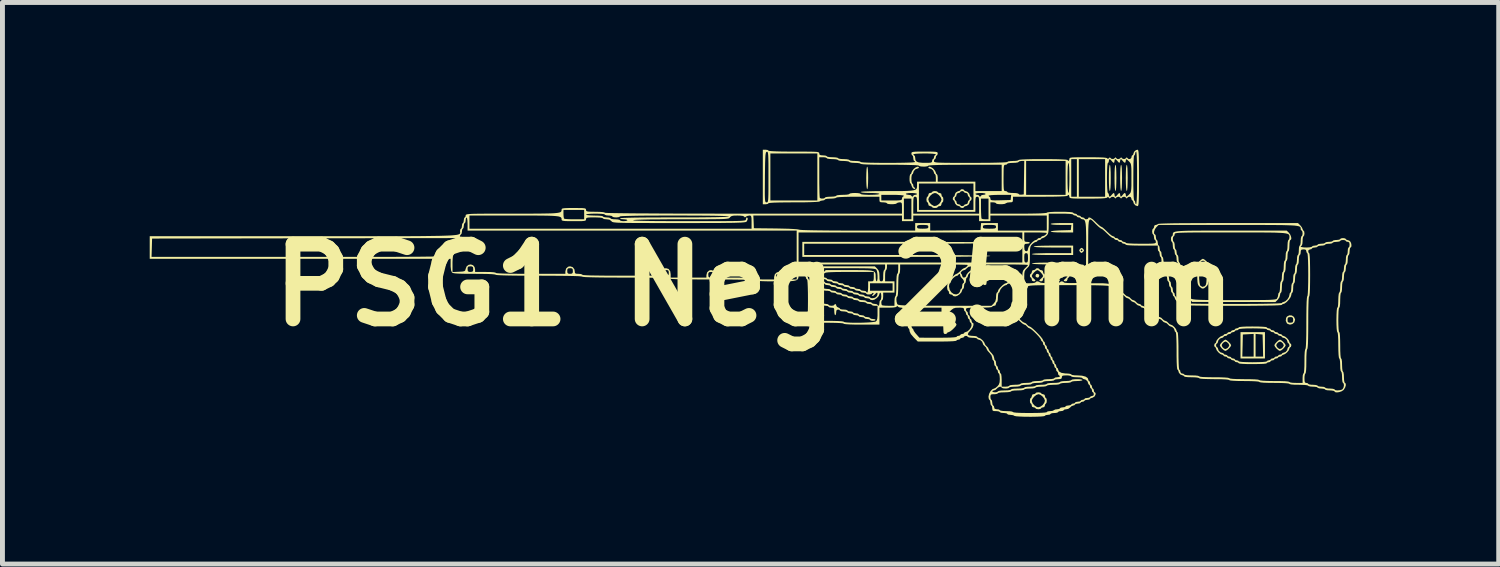
<source format=kicad_pcb>
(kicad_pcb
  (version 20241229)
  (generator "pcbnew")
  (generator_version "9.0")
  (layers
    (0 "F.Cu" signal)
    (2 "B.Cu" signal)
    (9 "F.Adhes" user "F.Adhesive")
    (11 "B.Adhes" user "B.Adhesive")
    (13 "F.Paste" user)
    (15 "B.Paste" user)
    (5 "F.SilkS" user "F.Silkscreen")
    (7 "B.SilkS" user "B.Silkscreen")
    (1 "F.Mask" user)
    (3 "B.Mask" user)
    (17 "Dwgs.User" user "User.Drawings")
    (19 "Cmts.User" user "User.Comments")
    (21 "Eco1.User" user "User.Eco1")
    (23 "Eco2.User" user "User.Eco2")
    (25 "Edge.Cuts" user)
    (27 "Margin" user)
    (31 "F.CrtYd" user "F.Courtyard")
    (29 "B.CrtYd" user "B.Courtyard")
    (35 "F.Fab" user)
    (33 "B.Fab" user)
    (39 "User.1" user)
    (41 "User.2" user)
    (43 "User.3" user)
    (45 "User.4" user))
  (footprint "PSG1 Neg 25mm"
    (layer "F.Cu")
    (at 12.317 2.758)
    (property "Reference" "PSG1 Neg 25mm" (at 0 0 0) (layer "F.SilkS") (effects (font (size 1.524 1.524) (thickness 0.3))))
    (attr board_only exclude_from_pos_files exclude_from_bom)
    (fp_poly (pts (xy 5.798 -0.216) (xy 5.804 -0.192) (xy 5.791 -0.16) (xy 5.766 -0.153) (xy 5.734 -0.167) (xy 5.727 -0.192) (xy 5.741 -0.224) (xy 5.766 -0.23)) (stroke (width 0) (type solid)) (fill yes) (layer "F.SilkS"))
    (fp_poly (pts (xy 6.296 -0.216) (xy 6.302 -0.192) (xy 6.289 -0.16) (xy 6.264 -0.153) (xy 6.232 -0.167) (xy 6.225 -0.192) (xy 6.239 -0.224) (xy 6.264 -0.23)) (stroke (width 0) (type solid)) (fill yes) (layer "F.SilkS"))
    (fp_poly (pts (xy 4.721 -0.106) (xy 4.731 -0.072) (xy 4.731 -0.057) (xy 4.725 -0.015) (xy 4.703 -0.001) (xy 4.693 0) (xy 4.665 -0.009) (xy 4.655 -0.043) (xy 4.655 -0.057) (xy 4.661 -0.1) (xy 4.683 -0.114) (xy 4.693 -0.115)) (stroke (width 0) (type solid)) (fill yes) (layer "F.SilkS"))
    (fp_poly (pts (xy 4.836 -0.374) (xy 4.846 -0.34) (xy 4.846 -0.326) (xy 4.84 -0.284) (xy 4.818 -0.269) (xy 4.808 -0.268) (xy 4.78 -0.277) (xy 4.77 -0.311) (xy 4.77 -0.326) (xy 4.776 -0.368) (xy 4.798 -0.383) (xy 4.808 -0.383)) (stroke (width 0) (type solid)) (fill yes) (layer "F.SilkS"))
    (fp_poly (pts (xy 2.307 -2.395) (xy 2.313 -2.343) (xy 2.317 -2.261) (xy 2.318 -2.184) (xy 2.316 -2.083) (xy 2.312 -2.008) (xy 2.305 -1.964) (xy 2.299 -1.954) (xy 2.29 -1.972) (xy 2.284 -2.025) (xy 2.28 -2.106) (xy 2.279 -2.184) (xy 2.281 -2.285) (xy 2.285 -2.359) (xy 2.292 -2.403) (xy 2.299 -2.414)) (stroke (width 0) (type solid)) (fill yes) (layer "F.SilkS"))
    (fp_poly (pts (xy 7.249 -2.433) (xy 7.255 -2.38) (xy 7.259 -2.296) (xy 7.26 -2.184) (xy 7.26 -2.184) (xy 7.259 -2.072) (xy 7.255 -1.987) (xy 7.249 -1.934) (xy 7.241 -1.916) (xy 7.241 -1.916) (xy 7.233 -1.934) (xy 7.227 -1.987) (xy 7.223 -2.072) (xy 7.222 -2.183) (xy 7.222 -2.184) (xy 7.223 -2.296) (xy 7.227 -2.38) (xy 7.233 -2.433) (xy 7.241 -2.452) (xy 7.241 -2.452)) (stroke (width 0) (type solid)) (fill yes) (layer "F.SilkS"))
    (fp_poly (pts (xy 7.364 -2.433) (xy 7.37 -2.38) (xy 7.373 -2.296) (xy 7.375 -2.184) (xy 7.375 -2.184) (xy 7.373 -2.072) (xy 7.37 -1.987) (xy 7.364 -1.934) (xy 7.356 -1.916) (xy 7.356 -1.916) (xy 7.348 -1.934) (xy 7.342 -1.987) (xy 7.338 -2.072) (xy 7.337 -2.183) (xy 7.337 -2.184) (xy 7.338 -2.296) (xy 7.342 -2.38) (xy 7.348 -2.433) (xy 7.356 -2.452) (xy 7.356 -2.452)) (stroke (width 0) (type solid)) (fill yes) (layer "F.SilkS"))
    (fp_poly (pts (xy 7.479 -2.433) (xy 7.485 -2.38) (xy 7.488 -2.296) (xy 7.49 -2.184) (xy 7.49 -2.184) (xy 7.488 -2.072) (xy 7.485 -1.987) (xy 7.479 -1.934) (xy 7.471 -1.916) (xy 7.471 -1.916) (xy 7.463 -1.934) (xy 7.457 -1.987) (xy 7.453 -2.072) (xy 7.451 -2.183) (xy 7.451 -2.184) (xy 7.453 -2.296) (xy 7.457 -2.38) (xy 7.463 -2.433) (xy 7.471 -2.452) (xy 7.471 -2.452)) (stroke (width 0) (type solid)) (fill yes) (layer "F.SilkS"))
    (fp_poly (pts (xy 7.594 -2.433) (xy 7.6 -2.38) (xy 7.603 -2.296) (xy 7.605 -2.184) (xy 7.605 -2.184) (xy 7.603 -2.072) (xy 7.6 -1.987) (xy 7.594 -1.934) (xy 7.586 -1.916) (xy 7.586 -1.916) (xy 7.578 -1.934) (xy 7.572 -1.987) (xy 7.568 -2.072) (xy 7.566 -2.183) (xy 7.566 -2.184) (xy 7.568 -2.296) (xy 7.571 -2.38) (xy 7.578 -2.433) (xy 7.586 -2.452) (xy 7.586 -2.452)) (stroke (width 0) (type solid)) (fill yes) (layer "F.SilkS"))
    (fp_poly (pts (xy 10.401 1.494) (xy 9.903 1.494) (xy 9.903 1.456) (xy 9.94 1.456) (xy 10.171 1.456) (xy 10.171 0.994) (xy 10.061 1) (xy 9.951 1.006) (xy 9.946 1.231) (xy 9.94 1.456) (xy 9.903 1.456) (xy 9.903 0.994) (xy 10.21 0.994) (xy 10.21 1.456) (xy 10.364 1.456) (xy 10.359 1.231) (xy 10.353 1.006) (xy 10.282 1) (xy 10.21 0.994) (xy 9.903 0.994) (xy 9.903 0.958) (xy 10.401 0.958)) (stroke (width 0) (type solid)) (fill yes) (layer "F.SilkS"))
    (fp_poly (pts (xy 6.494 -1.073) (xy 6.264 -1.073) (xy 6.168 -1.074) (xy 6.094 -1.078) (xy 6.047 -1.085) (xy 6.034 -1.091) (xy 6.052 -1.099) (xy 6.101 -1.107) (xy 6.174 -1.112) (xy 6.24 -1.115) (xy 6.446 -1.121) (xy 6.452 -1.173) (xy 6.458 -1.226) (xy 6.246 -1.226) (xy 6.15 -1.228) (xy 6.081 -1.232) (xy 6.041 -1.24) (xy 6.034 -1.245) (xy 6.052 -1.254) (xy 6.105 -1.26) (xy 6.186 -1.263) (xy 6.264 -1.264) (xy 6.494 -1.264)) (stroke (width 0) (type solid)) (fill yes) (layer "F.SilkS"))
    (fp_poly (pts (xy 6.686 -0.749) (xy 6.696 -0.739) (xy 6.716 -0.712) (xy 6.706 -0.689) (xy 6.698 -0.68) (xy 6.67 -0.656) (xy 6.652 -0.66) (xy 6.631 -0.681) (xy 6.617 -0.709) (xy 6.617 -0.709) (xy 6.647 -0.709) (xy 6.661 -0.69) (xy 6.666 -0.69) (xy 6.685 -0.704) (xy 6.685 -0.709) (xy 6.671 -0.727) (xy 6.666 -0.728) (xy 6.647 -0.713) (xy 6.647 -0.709) (xy 6.617 -0.709) (xy 6.633 -0.736) (xy 6.636 -0.739) (xy 6.663 -0.759)) (stroke (width 0) (type solid)) (fill yes) (layer "F.SilkS"))
    (fp_poly (pts (xy 6.494 -0.613) (xy 6.072 -0.613) (xy 5.923 -0.614) (xy 5.804 -0.616) (xy 5.718 -0.62) (xy 5.666 -0.626) (xy 5.651 -0.632) (xy 5.67 -0.639) (xy 5.725 -0.645) (xy 5.814 -0.648) (xy 5.935 -0.651) (xy 6.053 -0.651) (xy 6.455 -0.651) (xy 6.455 -0.766) (xy 6.072 -0.766) (xy 5.931 -0.767) (xy 5.821 -0.77) (xy 5.742 -0.774) (xy 5.698 -0.78) (xy 5.689 -0.785) (xy 5.708 -0.792) (xy 5.763 -0.798) (xy 5.852 -0.802) (xy 5.973 -0.804) (xy 6.091 -0.805) (xy 6.494 -0.805)) (stroke (width 0) (type solid)) (fill yes) (layer "F.SilkS"))
    (fp_poly (pts (xy 10.95 0.619) (xy 10.992 0.648) (xy 11.014 0.697) (xy 11.014 0.709) (xy 10.999 0.759) (xy 10.96 0.793) (xy 10.91 0.805) (xy 10.862 0.789) (xy 10.847 0.776) (xy 10.825 0.726) (xy 10.827 0.709) (xy 10.861 0.709) (xy 10.866 0.749) (xy 10.888 0.764) (xy 10.919 0.766) (xy 10.959 0.761) (xy 10.974 0.739) (xy 10.976 0.709) (xy 10.971 0.668) (xy 10.949 0.653) (xy 10.919 0.651) (xy 10.878 0.656) (xy 10.863 0.678) (xy 10.861 0.709) (xy 10.827 0.709) (xy 10.831 0.67) (xy 10.85 0.64) (xy 10.898 0.615)) (stroke (width 0) (type solid)) (fill yes) (layer "F.SilkS"))
    (fp_poly (pts (xy 6.245 -0.459) (xy 6.368 -0.457) (xy 6.458 -0.453) (xy 6.513 -0.447) (xy 6.532 -0.441) (xy 6.532 -0.441) (xy 6.549 -0.43) (xy 6.593 -0.423) (xy 6.628 -0.421) (xy 6.682 -0.418) (xy 6.717 -0.409) (xy 6.724 -0.402) (xy 6.706 -0.391) (xy 6.662 -0.384) (xy 6.628 -0.383) (xy 6.573 -0.387) (xy 6.538 -0.395) (xy 6.532 -0.402) (xy 6.513 -0.409) (xy 6.458 -0.414) (xy 6.368 -0.418) (xy 6.245 -0.421) (xy 6.092 -0.421) (xy 6.091 -0.421) (xy 5.938 -0.422) (xy 5.815 -0.425) (xy 5.725 -0.429) (xy 5.67 -0.434) (xy 5.651 -0.441) (xy 5.651 -0.441) (xy 5.67 -0.447) (xy 5.725 -0.453) (xy 5.815 -0.457) (xy 5.938 -0.459) (xy 6.091 -0.46) (xy 6.091 -0.46)) (stroke (width 0) (type solid)) (fill yes) (layer "F.SilkS"))
    (fp_poly (pts (xy 9.625 1.125) (xy 9.663 1.157) (xy 9.696 1.194) (xy 9.712 1.224) (xy 9.712 1.226) (xy 9.698 1.256) (xy 9.665 1.293) (xy 9.626 1.326) (xy 9.594 1.34) (xy 9.593 1.34) (xy 9.564 1.326) (xy 9.527 1.294) (xy 9.525 1.292) (xy 9.495 1.255) (xy 9.482 1.227) (xy 9.482 1.226) (xy 9.482 1.225) (xy 9.52 1.225) (xy 9.535 1.262) (xy 9.569 1.293) (xy 9.593 1.302) (xy 9.627 1.29) (xy 9.646 1.275) (xy 9.669 1.242) (xy 9.673 1.226) (xy 9.659 1.192) (xy 9.626 1.161) (xy 9.597 1.149) (xy 9.563 1.164) (xy 9.532 1.196) (xy 9.52 1.225) (xy 9.482 1.225) (xy 9.495 1.197) (xy 9.528 1.16) (xy 9.565 1.127) (xy 9.595 1.111) (xy 9.597 1.111)) (stroke (width 0) (type solid)) (fill yes) (layer "F.SilkS"))
    (fp_poly (pts (xy 10.736 1.125) (xy 10.774 1.157) (xy 10.807 1.194) (xy 10.823 1.224) (xy 10.823 1.226) (xy 10.809 1.256) (xy 10.776 1.293) (xy 10.737 1.326) (xy 10.705 1.34) (xy 10.704 1.34) (xy 10.675 1.326) (xy 10.638 1.294) (xy 10.636 1.292) (xy 10.606 1.255) (xy 10.593 1.227) (xy 10.593 1.226) (xy 10.593 1.225) (xy 10.631 1.225) (xy 10.646 1.262) (xy 10.68 1.293) (xy 10.704 1.302) (xy 10.738 1.29) (xy 10.757 1.275) (xy 10.78 1.242) (xy 10.784 1.226) (xy 10.77 1.192) (xy 10.737 1.161) (xy 10.708 1.149) (xy 10.674 1.164) (xy 10.643 1.196) (xy 10.631 1.225) (xy 10.593 1.225) (xy 10.606 1.197) (xy 10.639 1.16) (xy 10.676 1.127) (xy 10.706 1.111) (xy 10.708 1.111)) (stroke (width 0) (type solid)) (fill yes) (layer "F.SilkS"))
    (fp_poly (pts (xy 3.349 -2.406) (xy 3.352 -2.394) (xy 3.337 -2.378) (xy 3.322 -2.375) (xy 3.279 -2.359) (xy 3.246 -2.321) (xy 3.237 -2.29) (xy 3.227 -2.264) (xy 3.218 -2.26) (xy 3.207 -2.243) (xy 3.2 -2.199) (xy 3.199 -2.165) (xy 3.202 -2.11) (xy 3.211 -2.075) (xy 3.218 -2.069) (xy 3.234 -2.053) (xy 3.237 -2.03) (xy 3.245 -1.999) (xy 3.256 -1.992) (xy 3.275 -1.978) (xy 3.276 -1.973) (xy 3.265 -1.955) (xy 3.239 -1.967) (xy 3.223 -1.982) (xy 3.202 -2.021) (xy 3.199 -2.039) (xy 3.189 -2.065) (xy 3.18 -2.069) (xy 3.169 -2.086) (xy 3.162 -2.13) (xy 3.161 -2.165) (xy 3.164 -2.219) (xy 3.173 -2.254) (xy 3.18 -2.26) (xy 3.197 -2.276) (xy 3.199 -2.29) (xy 3.212 -2.323) (xy 3.243 -2.363) (xy 3.246 -2.367) (xy 3.288 -2.399) (xy 3.326 -2.413)) (stroke (width 0) (type solid)) (fill yes) (layer "F.SilkS"))
    (fp_poly (pts (xy 3.313 -0.881) (xy 3.64 -0.88) (xy 3.93 -0.879) (xy 4.184 -0.878) (xy 4.401 -0.877) (xy 4.58 -0.875) (xy 4.722 -0.872) (xy 4.827 -0.869) (xy 4.893 -0.866) (xy 4.922 -0.863) (xy 4.923 -0.862) (xy 4.904 -0.858) (xy 4.847 -0.855) (xy 4.752 -0.852) (xy 4.619 -0.85) (xy 4.449 -0.848) (xy 4.241 -0.846) (xy 3.997 -0.845) (xy 3.716 -0.844) (xy 3.398 -0.843) (xy 3.044 -0.843) (xy 2.969 -0.843) (xy 1.015 -0.843) (xy 1.015 -0.613) (xy 2.912 -0.613) (xy 3.267 -0.613) (xy 3.586 -0.612) (xy 3.869 -0.611) (xy 4.115 -0.61) (xy 4.324 -0.608) (xy 4.496 -0.606) (xy 4.631 -0.604) (xy 4.728 -0.601) (xy 4.787 -0.598) (xy 4.808 -0.594) (xy 4.808 -0.594) (xy 4.789 -0.59) (xy 4.732 -0.587) (xy 4.637 -0.584) (xy 4.504 -0.582) (xy 4.334 -0.58) (xy 4.126 -0.578) (xy 3.882 -0.576) (xy 3.601 -0.576) (xy 3.284 -0.575) (xy 2.93 -0.575) (xy 2.892 -0.575) (xy 0.977 -0.575) (xy 0.977 -0.881) (xy 2.95 -0.881)) (stroke (width 0) (type solid)) (fill yes) (layer "F.SilkS"))
    (fp_poly (pts (xy 5.797 -0.337) (xy 5.804 -0.326) (xy 5.82 -0.31) (xy 5.842 -0.306) (xy 5.874 -0.293) (xy 5.881 -0.268) (xy 5.889 -0.237) (xy 5.9 -0.23) (xy 5.915 -0.214) (xy 5.919 -0.192) (xy 5.911 -0.16) (xy 5.9 -0.153) (xy 5.884 -0.137) (xy 5.881 -0.115) (xy 5.867 -0.083) (xy 5.842 -0.077) (xy 5.811 -0.083) (xy 5.804 -0.092) (xy 5.818 -0.113) (xy 5.842 -0.134) (xy 5.872 -0.165) (xy 5.881 -0.187) (xy 5.867 -0.218) (xy 5.835 -0.257) (xy 5.798 -0.291) (xy 5.767 -0.306) (xy 5.766 -0.306) (xy 5.736 -0.292) (xy 5.698 -0.259) (xy 5.666 -0.22) (xy 5.651 -0.188) (xy 5.651 -0.187) (xy 5.665 -0.157) (xy 5.689 -0.134) (xy 5.719 -0.107) (xy 5.727 -0.092) (xy 5.711 -0.079) (xy 5.689 -0.077) (xy 5.657 -0.09) (xy 5.651 -0.115) (xy 5.643 -0.146) (xy 5.632 -0.153) (xy 5.616 -0.169) (xy 5.613 -0.192) (xy 5.621 -0.223) (xy 5.632 -0.23) (xy 5.647 -0.246) (xy 5.651 -0.268) (xy 5.664 -0.3) (xy 5.689 -0.306) (xy 5.72 -0.315) (xy 5.727 -0.326) (xy 5.743 -0.341) (xy 5.766 -0.345)) (stroke (width 0) (type solid)) (fill yes) (layer "F.SilkS"))
    (fp_poly (pts (xy 6.295 -0.337) (xy 6.302 -0.326) (xy 6.318 -0.31) (xy 6.34 -0.306) (xy 6.372 -0.293) (xy 6.379 -0.268) (xy 6.387 -0.237) (xy 6.398 -0.23) (xy 6.413 -0.214) (xy 6.417 -0.192) (xy 6.409 -0.16) (xy 6.398 -0.153) (xy 6.382 -0.137) (xy 6.379 -0.115) (xy 6.365 -0.083) (xy 6.34 -0.077) (xy 6.309 -0.083) (xy 6.302 -0.092) (xy 6.316 -0.113) (xy 6.34 -0.134) (xy 6.37 -0.165) (xy 6.379 -0.187) (xy 6.365 -0.218) (xy 6.333 -0.257) (xy 6.296 -0.291) (xy 6.265 -0.306) (xy 6.264 -0.306) (xy 6.234 -0.293) (xy 6.196 -0.259) (xy 6.164 -0.22) (xy 6.149 -0.189) (xy 6.149 -0.187) (xy 6.164 -0.159) (xy 6.187 -0.139) (xy 6.217 -0.113) (xy 6.225 -0.096) (xy 6.209 -0.08) (xy 6.187 -0.077) (xy 6.155 -0.09) (xy 6.149 -0.115) (xy 6.141 -0.146) (xy 6.13 -0.153) (xy 6.114 -0.169) (xy 6.111 -0.192) (xy 6.119 -0.223) (xy 6.13 -0.23) (xy 6.145 -0.246) (xy 6.149 -0.268) (xy 6.162 -0.3) (xy 6.187 -0.306) (xy 6.218 -0.315) (xy 6.225 -0.326) (xy 6.242 -0.341) (xy 6.264 -0.345)) (stroke (width 0) (type solid)) (fill yes) (layer "F.SilkS"))
    (fp_poly (pts (xy 9.164 -0.524) (xy 9.201 -0.493) (xy 9.205 -0.489) (xy 9.226 -0.466) (xy 9.239 -0.441) (xy 9.247 -0.405) (xy 9.251 -0.351) (xy 9.252 -0.27) (xy 9.252 -0.23) (xy 9.252 -0.136) (xy 9.249 -0.072) (xy 9.243 -0.031) (xy 9.232 -0.002) (xy 9.214 0.021) (xy 9.205 0.03) (xy 9.158 0.067) (xy 9.119 0.07) (xy 9.076 0.039) (xy 9.065 0.028) (xy 9.046 0.005) (xy 9.034 -0.023) (xy 9.027 -0.062) (xy 9.023 -0.122) (xy 9.022 -0.211) (xy 9.022 -0.214) (xy 9.059 -0.214) (xy 9.061 -0.13) (xy 9.067 -0.057) (xy 9.077 -0.006) (xy 9.084 0.01) (xy 9.126 0.036) (xy 9.171 0.024) (xy 9.186 0.011) (xy 9.199 -0.013) (xy 9.208 -0.059) (xy 9.212 -0.132) (xy 9.214 -0.23) (xy 9.212 -0.34) (xy 9.204 -0.417) (xy 9.19 -0.465) (xy 9.168 -0.491) (xy 9.137 -0.498) (xy 9.106 -0.486) (xy 9.088 -0.471) (xy 9.075 -0.439) (xy 9.066 -0.379) (xy 9.061 -0.301) (xy 9.059 -0.214) (xy 9.022 -0.214) (xy 9.022 -0.23) (xy 9.023 -0.324) (xy 9.025 -0.387) (xy 9.031 -0.429) (xy 9.043 -0.457) (xy 9.06 -0.48) (xy 9.069 -0.489) (xy 9.107 -0.521) (xy 9.135 -0.536) (xy 9.137 -0.536)) (stroke (width 0) (type solid)) (fill yes) (layer "F.SilkS"))
    (fp_poly (pts (xy 3.718 -1.91) (xy 3.735 -1.897) (xy 3.735 -1.896) (xy 3.751 -1.881) (xy 3.774 -1.877) (xy 3.806 -1.864) (xy 3.812 -1.839) (xy 3.82 -1.808) (xy 3.831 -1.801) (xy 3.845 -1.784) (xy 3.85 -1.744) (xy 3.85 -1.743) (xy 3.845 -1.703) (xy 3.831 -1.686) (xy 3.831 -1.686) (xy 3.816 -1.67) (xy 3.812 -1.647) (xy 3.798 -1.615) (xy 3.774 -1.609) (xy 3.742 -1.601) (xy 3.735 -1.59) (xy 3.719 -1.576) (xy 3.679 -1.571) (xy 3.678 -1.571) (xy 3.637 -1.576) (xy 3.62 -1.59) (xy 3.62 -1.59) (xy 3.604 -1.605) (xy 3.582 -1.609) (xy 3.55 -1.623) (xy 3.544 -1.647) (xy 3.536 -1.678) (xy 3.525 -1.686) (xy 3.511 -1.702) (xy 3.505 -1.742) (xy 3.505 -1.743) (xy 3.505 -1.743) (xy 3.544 -1.743) (xy 3.56 -1.694) (xy 3.599 -1.647) (xy 3.648 -1.616) (xy 3.674 -1.61) (xy 3.717 -1.622) (xy 3.763 -1.654) (xy 3.765 -1.656) (xy 3.797 -1.7) (xy 3.812 -1.741) (xy 3.812 -1.743) (xy 3.796 -1.789) (xy 3.758 -1.836) (xy 3.71 -1.869) (xy 3.678 -1.877) (xy 3.632 -1.862) (xy 3.585 -1.823) (xy 3.552 -1.776) (xy 3.544 -1.743) (xy 3.505 -1.743) (xy 3.511 -1.783) (xy 3.524 -1.801) (xy 3.525 -1.801) (xy 3.54 -1.817) (xy 3.544 -1.839) (xy 3.557 -1.871) (xy 3.582 -1.877) (xy 3.613 -1.885) (xy 3.62 -1.896) (xy 3.637 -1.91) (xy 3.677 -1.916) (xy 3.678 -1.916)) (stroke (width 0) (type solid)) (fill yes) (layer "F.SilkS"))
    (fp_poly (pts (xy 5.825 2.189) (xy 5.842 2.203) (xy 5.842 2.203) (xy 5.858 2.218) (xy 5.881 2.222) (xy 5.913 2.236) (xy 5.919 2.26) (xy 5.927 2.291) (xy 5.938 2.299) (xy 5.952 2.315) (xy 5.957 2.355) (xy 5.957 2.356) (xy 5.952 2.396) (xy 5.938 2.414) (xy 5.938 2.414) (xy 5.923 2.43) (xy 5.919 2.452) (xy 5.905 2.484) (xy 5.881 2.49) (xy 5.85 2.498) (xy 5.842 2.509) (xy 5.826 2.523) (xy 5.786 2.529) (xy 5.785 2.529) (xy 5.745 2.523) (xy 5.727 2.51) (xy 5.727 2.509) (xy 5.711 2.494) (xy 5.689 2.49) (xy 5.657 2.477) (xy 5.651 2.452) (xy 5.643 2.421) (xy 5.632 2.414) (xy 5.618 2.397) (xy 5.613 2.358) (xy 5.651 2.358) (xy 5.667 2.406) (xy 5.706 2.452) (xy 5.755 2.483) (xy 5.781 2.489) (xy 5.824 2.477) (xy 5.87 2.445) (xy 5.872 2.443) (xy 5.904 2.4) (xy 5.919 2.358) (xy 5.919 2.356) (xy 5.904 2.311) (xy 5.866 2.264) (xy 5.819 2.231) (xy 5.787 2.222) (xy 5.743 2.237) (xy 5.697 2.275) (xy 5.662 2.321) (xy 5.651 2.358) (xy 5.613 2.358) (xy 5.613 2.357) (xy 5.613 2.356) (xy 5.618 2.316) (xy 5.631 2.299) (xy 5.632 2.299) (xy 5.647 2.283) (xy 5.651 2.26) (xy 5.664 2.228) (xy 5.689 2.222) (xy 5.72 2.214) (xy 5.727 2.203) (xy 5.744 2.189) (xy 5.784 2.184) (xy 5.785 2.184)) (stroke (width 0) (type solid)) (fill yes) (layer "F.SilkS"))
    (fp_poly (pts (xy 4.264 -1.946) (xy 4.272 -1.935) (xy 4.287 -1.918) (xy 4.302 -1.916) (xy 4.345 -1.899) (xy 4.378 -1.862) (xy 4.387 -1.831) (xy 4.397 -1.804) (xy 4.406 -1.801) (xy 4.421 -1.785) (xy 4.425 -1.762) (xy 4.417 -1.731) (xy 4.406 -1.724) (xy 4.389 -1.708) (xy 4.387 -1.694) (xy 4.374 -1.656) (xy 4.359 -1.636) (xy 4.322 -1.613) (xy 4.302 -1.609) (xy 4.275 -1.599) (xy 4.272 -1.59) (xy 4.256 -1.574) (xy 4.233 -1.571) (xy 4.202 -1.579) (xy 4.195 -1.59) (xy 4.179 -1.607) (xy 4.165 -1.609) (xy 4.122 -1.625) (xy 4.089 -1.663) (xy 4.08 -1.694) (xy 4.07 -1.72) (xy 4.061 -1.724) (xy 4.045 -1.74) (xy 4.042 -1.762) (xy 4.08 -1.762) (xy 4.088 -1.731) (xy 4.099 -1.724) (xy 4.115 -1.708) (xy 4.118 -1.686) (xy 4.132 -1.654) (xy 4.157 -1.647) (xy 4.188 -1.639) (xy 4.195 -1.628) (xy 4.211 -1.613) (xy 4.233 -1.609) (xy 4.264 -1.617) (xy 4.272 -1.628) (xy 4.288 -1.644) (xy 4.31 -1.647) (xy 4.342 -1.661) (xy 4.348 -1.686) (xy 4.356 -1.717) (xy 4.367 -1.724) (xy 4.383 -1.74) (xy 4.387 -1.762) (xy 4.379 -1.793) (xy 4.367 -1.801) (xy 4.352 -1.817) (xy 4.348 -1.839) (xy 4.335 -1.871) (xy 4.31 -1.877) (xy 4.279 -1.885) (xy 4.272 -1.896) (xy 4.256 -1.912) (xy 4.233 -1.916) (xy 4.202 -1.908) (xy 4.195 -1.896) (xy 4.179 -1.881) (xy 4.157 -1.877) (xy 4.125 -1.864) (xy 4.118 -1.839) (xy 4.11 -1.808) (xy 4.099 -1.801) (xy 4.084 -1.785) (xy 4.08 -1.762) (xy 4.042 -1.762) (xy 4.05 -1.793) (xy 4.061 -1.801) (xy 4.078 -1.816) (xy 4.08 -1.831) (xy 4.093 -1.869) (xy 4.107 -1.888) (xy 4.145 -1.911) (xy 4.165 -1.916) (xy 4.191 -1.925) (xy 4.195 -1.935) (xy 4.211 -1.95) (xy 4.233 -1.954)) (stroke (width 0) (type solid)) (fill yes) (layer "F.SilkS"))
    (fp_poly (pts (xy 10.269 0.844) (xy 10.358 0.848) (xy 10.416 0.853) (xy 10.439 0.861) (xy 10.44 0.862) (xy 10.456 0.878) (xy 10.478 0.881) (xy 10.509 0.889) (xy 10.516 0.9) (xy 10.532 0.916) (xy 10.555 0.919) (xy 10.586 0.927) (xy 10.593 0.939) (xy 10.609 0.954) (xy 10.631 0.958) (xy 10.662 0.966) (xy 10.67 0.977) (xy 10.686 0.992) (xy 10.708 0.996) (xy 10.739 1.004) (xy 10.746 1.015) (xy 10.762 1.032) (xy 10.776 1.034) (xy 10.812 1.049) (xy 10.854 1.084) (xy 10.887 1.125) (xy 10.899 1.158) (xy 10.909 1.184) (xy 10.919 1.188) (xy 10.934 1.204) (xy 10.938 1.226) (xy 10.93 1.257) (xy 10.919 1.264) (xy 10.902 1.28) (xy 10.899 1.294) (xy 10.885 1.33) (xy 10.85 1.372) (xy 10.808 1.405) (xy 10.776 1.417) (xy 10.75 1.428) (xy 10.746 1.437) (xy 10.73 1.452) (xy 10.708 1.456) (xy 10.677 1.464) (xy 10.67 1.475) (xy 10.653 1.491) (xy 10.631 1.494) (xy 10.6 1.502) (xy 10.593 1.513) (xy 10.577 1.529) (xy 10.555 1.532) (xy 10.523 1.54) (xy 10.516 1.552) (xy 10.5 1.567) (xy 10.478 1.571) (xy 10.447 1.579) (xy 10.44 1.59) (xy 10.421 1.598) (xy 10.367 1.604) (xy 10.282 1.607) (xy 10.168 1.609) (xy 10.152 1.609) (xy 10.035 1.608) (xy 9.946 1.604) (xy 9.888 1.599) (xy 9.865 1.591) (xy 9.865 1.59) (xy 9.849 1.574) (xy 9.827 1.571) (xy 9.796 1.563) (xy 9.788 1.552) (xy 9.772 1.536) (xy 9.75 1.532) (xy 9.719 1.524) (xy 9.712 1.513) (xy 9.696 1.498) (xy 9.673 1.494) (xy 9.642 1.486) (xy 9.635 1.475) (xy 9.619 1.459) (xy 9.597 1.456) (xy 9.566 1.448) (xy 9.559 1.437) (xy 9.543 1.42) (xy 9.529 1.417) (xy 9.492 1.403) (xy 9.451 1.368) (xy 9.417 1.326) (xy 9.405 1.294) (xy 9.395 1.268) (xy 9.386 1.264) (xy 9.371 1.248) (xy 9.367 1.226) (xy 9.405 1.226) (xy 9.413 1.257) (xy 9.424 1.264) (xy 9.441 1.28) (xy 9.444 1.294) (xy 9.46 1.338) (xy 9.498 1.371) (xy 9.528 1.379) (xy 9.555 1.389) (xy 9.559 1.398) (xy 9.575 1.414) (xy 9.597 1.417) (xy 9.628 1.426) (xy 9.635 1.437) (xy 9.651 1.452) (xy 9.673 1.456) (xy 9.705 1.464) (xy 9.712 1.475) (xy 9.728 1.491) (xy 9.75 1.494) (xy 9.781 1.502) (xy 9.788 1.513) (xy 9.804 1.529) (xy 9.827 1.532) (xy 9.858 1.54) (xy 9.865 1.552) (xy 9.884 1.559) (xy 9.937 1.565) (xy 10.023 1.569) (xy 10.136 1.571) (xy 10.152 1.571) (xy 10.269 1.569) (xy 10.358 1.566) (xy 10.416 1.56) (xy 10.439 1.553) (xy 10.44 1.552) (xy 10.456 1.536) (xy 10.478 1.532) (xy 10.509 1.524) (xy 10.516 1.513) (xy 10.532 1.498) (xy 10.555 1.494) (xy 10.586 1.486) (xy 10.593 1.475) (xy 10.609 1.459) (xy 10.631 1.456) (xy 10.662 1.448) (xy 10.67 1.437) (xy 10.686 1.421) (xy 10.708 1.417) (xy 10.739 1.409) (xy 10.746 1.398) (xy 10.762 1.382) (xy 10.776 1.379) (xy 10.82 1.363) (xy 10.853 1.325) (xy 10.861 1.294) (xy 10.871 1.268) (xy 10.88 1.264) (xy 10.896 1.248) (xy 10.899 1.226) (xy 10.891 1.195) (xy 10.88 1.188) (xy 10.863 1.172) (xy 10.861 1.158) (xy 10.845 1.114) (xy 10.807 1.081) (xy 10.776 1.073) (xy 10.75 1.063) (xy 10.746 1.054) (xy 10.73 1.038) (xy 10.708 1.034) (xy 10.677 1.026) (xy 10.67 1.015) (xy 10.653 1) (xy 10.631 0.996) (xy 10.6 0.988) (xy 10.593 0.977) (xy 10.577 0.961) (xy 10.555 0.958) (xy 10.523 0.95) (xy 10.516 0.939) (xy 10.5 0.923) (xy 10.478 0.919) (xy 10.447 0.911) (xy 10.44 0.9) (xy 10.421 0.892) (xy 10.367 0.887) (xy 10.282 0.883) (xy 10.168 0.881) (xy 10.152 0.881) (xy 10.035 0.882) (xy 9.946 0.886) (xy 9.888 0.892) (xy 9.865 0.899) (xy 9.865 0.9) (xy 9.849 0.916) (xy 9.827 0.919) (xy 9.796 0.927) (xy 9.788 0.939) (xy 9.772 0.954) (xy 9.75 0.958) (xy 9.719 0.966) (xy 9.712 0.977) (xy 9.696 0.992) (xy 9.673 0.996) (xy 9.642 1.004) (xy 9.635 1.015) (xy 9.619 1.031) (xy 9.597 1.034) (xy 9.566 1.042) (xy 9.559 1.054) (xy 9.543 1.07) (xy 9.528 1.073) (xy 9.485 1.089) (xy 9.452 1.127) (xy 9.444 1.158) (xy 9.434 1.184) (xy 9.424 1.188) (xy 9.409 1.204) (xy 9.405 1.226) (xy 9.367 1.226) (xy 9.375 1.195) (xy 9.386 1.188) (xy 9.403 1.172) (xy 9.405 1.158) (xy 9.42 1.122) (xy 9.455 1.08) (xy 9.496 1.047) (xy 9.529 1.034) (xy 9.555 1.024) (xy 9.559 1.015) (xy 9.575 1) (xy 9.597 0.996) (xy 9.628 0.988) (xy 9.635 0.977) (xy 9.651 0.961) (xy 9.673 0.958) (xy 9.705 0.95) (xy 9.712 0.939) (xy 9.728 0.923) (xy 9.75 0.919) (xy 9.781 0.911) (xy 9.788 0.9) (xy 9.804 0.885) (xy 9.827 0.881) (xy 9.858 0.873) (xy 9.865 0.862) (xy 9.884 0.854) (xy 9.937 0.848) (xy 10.023 0.844) (xy 10.136 0.843) (xy 10.152 0.843)) (stroke (width 0) (type solid)) (fill yes) (layer "F.SilkS"))
    (fp_poly (pts (xy 10.891 -1.064) (xy 10.919 -1.024) (xy 10.935 -0.979) (xy 10.938 -0.94) (xy 10.924 -0.92) (xy 10.919 -0.919) (xy 10.908 -0.902) (xy 10.901 -0.856) (xy 10.899 -0.805) (xy 10.896 -0.743) (xy 10.889 -0.702) (xy 10.88 -0.69) (xy 10.869 -0.672) (xy 10.862 -0.628) (xy 10.861 -0.594) (xy 10.858 -0.539) (xy 10.849 -0.505) (xy 10.842 -0.498) (xy 10.832 -0.481) (xy 10.825 -0.435) (xy 10.823 -0.383) (xy 10.82 -0.322) (xy 10.812 -0.28) (xy 10.804 -0.268) (xy 10.793 -0.251) (xy 10.786 -0.207) (xy 10.784 -0.172) (xy 10.781 -0.118) (xy 10.772 -0.083) (xy 10.765 -0.077) (xy 10.755 -0.059) (xy 10.748 -0.014) (xy 10.746 0.038) (xy 10.743 0.1) (xy 10.736 0.141) (xy 10.727 0.153) (xy 10.713 0.17) (xy 10.708 0.202) (xy 10.695 0.249) (xy 10.663 0.296) (xy 10.661 0.298) (xy 10.614 0.345) (xy 9.765 0.344) (xy 8.917 0.342) (xy 8.874 0.296) (xy 8.844 0.256) (xy 8.831 0.222) (xy 8.831 0.221) (xy 8.82 0.195) (xy 8.811 0.192) (xy 8.796 0.176) (xy 8.792 0.153) (xy 8.784 0.122) (xy 8.773 0.115) (xy 8.761 0.098) (xy 8.754 0.055) (xy 8.754 0.038) (xy 8.75 -0.01) (xy 8.739 -0.036) (xy 8.735 -0.038) (xy 8.721 -0.055) (xy 8.716 -0.095) (xy 8.716 -0.096) (xy 8.71 -0.136) (xy 8.697 -0.153) (xy 8.697 -0.153) (xy 8.685 -0.17) (xy 8.678 -0.213) (xy 8.677 -0.23) (xy 8.673 -0.278) (xy 8.663 -0.305) (xy 8.658 -0.306) (xy 8.646 -0.323) (xy 8.64 -0.366) (xy 8.639 -0.383) (xy 8.635 -0.431) (xy 8.624 -0.458) (xy 8.62 -0.46) (xy 8.608 -0.477) (xy 8.601 -0.519) (xy 8.601 -0.536) (xy 8.597 -0.584) (xy 8.586 -0.611) (xy 8.582 -0.613) (xy 8.568 -0.63) (xy 8.562 -0.67) (xy 8.562 -0.67) (xy 8.557 -0.711) (xy 8.544 -0.728) (xy 8.543 -0.728) (xy 8.531 -0.745) (xy 8.525 -0.787) (xy 8.524 -0.805) (xy 8.52 -0.853) (xy 8.509 -0.879) (xy 8.505 -0.881) (xy 8.492 -0.898) (xy 8.486 -0.938) (xy 8.486 -0.939) (xy 8.524 -0.939) (xy 8.53 -0.898) (xy 8.543 -0.881) (xy 8.543 -0.881) (xy 8.555 -0.864) (xy 8.562 -0.822) (xy 8.562 -0.805) (xy 8.567 -0.757) (xy 8.577 -0.73) (xy 8.582 -0.728) (xy 8.595 -0.711) (xy 8.601 -0.671) (xy 8.601 -0.67) (xy 8.606 -0.63) (xy 8.62 -0.613) (xy 8.62 -0.613) (xy 8.632 -0.596) (xy 8.639 -0.554) (xy 8.639 -0.536) (xy 8.643 -0.488) (xy 8.654 -0.462) (xy 8.658 -0.46) (xy 8.67 -0.443) (xy 8.677 -0.4) (xy 8.677 -0.383) (xy 8.682 -0.335) (xy 8.692 -0.308) (xy 8.697 -0.306) (xy 8.709 -0.289) (xy 8.715 -0.247) (xy 8.716 -0.23) (xy 8.72 -0.182) (xy 8.731 -0.155) (xy 8.735 -0.153) (xy 8.748 -0.137) (xy 8.754 -0.096) (xy 8.754 -0.096) (xy 8.76 -0.055) (xy 8.773 -0.038) (xy 8.773 -0.038) (xy 8.785 -0.021) (xy 8.792 0.021) (xy 8.792 0.038) (xy 8.797 0.086) (xy 8.807 0.113) (xy 8.811 0.115) (xy 8.827 0.131) (xy 8.831 0.153) (xy 8.839 0.184) (xy 8.85 0.192) (xy 8.867 0.207) (xy 8.869 0.221) (xy 8.87 0.241) (xy 8.874 0.257) (xy 8.884 0.27) (xy 8.905 0.281) (xy 8.938 0.289) (xy 8.988 0.295) (xy 9.057 0.299) (xy 9.149 0.302) (xy 9.267 0.304) (xy 9.415 0.305) (xy 9.595 0.306) (xy 9.766 0.306) (xy 9.973 0.306) (xy 10.146 0.305) (xy 10.286 0.304) (xy 10.398 0.303) (xy 10.484 0.301) (xy 10.548 0.297) (xy 10.593 0.293) (xy 10.622 0.288) (xy 10.638 0.282) (xy 10.642 0.279) (xy 10.663 0.239) (xy 10.67 0.202) (xy 10.676 0.166) (xy 10.689 0.153) (xy 10.699 0.136) (xy 10.706 0.09) (xy 10.708 0.038) (xy 10.711 -0.023) (xy 10.718 -0.064) (xy 10.727 -0.077) (xy 10.738 -0.094) (xy 10.745 -0.138) (xy 10.746 -0.172) (xy 10.75 -0.227) (xy 10.758 -0.262) (xy 10.765 -0.268) (xy 10.776 -0.286) (xy 10.782 -0.331) (xy 10.784 -0.383) (xy 10.787 -0.444) (xy 10.795 -0.486) (xy 10.804 -0.498) (xy 10.815 -0.515) (xy 10.821 -0.559) (xy 10.823 -0.594) (xy 10.826 -0.648) (xy 10.835 -0.683) (xy 10.842 -0.69) (xy 10.852 -0.707) (xy 10.859 -0.753) (xy 10.861 -0.805) (xy 10.864 -0.866) (xy 10.872 -0.907) (xy 10.88 -0.919) (xy 10.894 -0.936) (xy 10.899 -0.969) (xy 10.9 -0.99) (xy 10.898 -1.008) (xy 10.893 -1.023) (xy 10.88 -1.036) (xy 10.857 -1.046) (xy 10.822 -1.054) (xy 10.771 -1.061) (xy 10.701 -1.065) (xy 10.611 -1.069) (xy 10.497 -1.071) (xy 10.356 -1.072) (xy 10.186 -1.073) (xy 9.983 -1.073) (xy 9.745 -1.073) (xy 9.704 -1.073) (xy 9.466 -1.073) (xy 9.264 -1.073) (xy 9.095 -1.072) (xy 8.955 -1.072) (xy 8.842 -1.071) (xy 8.753 -1.069) (xy 8.686 -1.067) (xy 8.636 -1.064) (xy 8.602 -1.06) (xy 8.581 -1.056) (xy 8.569 -1.05) (xy 8.564 -1.044) (xy 8.562 -1.036) (xy 8.562 -1.034) (xy 8.554 -1.003) (xy 8.543 -0.996) (xy 8.53 -0.979) (xy 8.524 -0.939) (xy 8.524 -0.939) (xy 8.486 -0.939) (xy 8.491 -0.979) (xy 8.505 -0.996) (xy 8.505 -0.996) (xy 8.522 -1.012) (xy 8.524 -1.026) (xy 8.524 -1.044) (xy 8.527 -1.058) (xy 8.535 -1.071) (xy 8.552 -1.081) (xy 8.579 -1.089) (xy 8.62 -1.096) (xy 8.677 -1.101) (xy 8.754 -1.105) (xy 8.853 -1.108) (xy 8.977 -1.109) (xy 9.129 -1.11) (xy 9.311 -1.111) (xy 9.527 -1.111) (xy 9.711 -1.111) (xy 10.844 -1.111)) (stroke (width 0) (type solid)) (fill yes) (layer "F.SilkS"))
    (fp_poly (pts (xy 0.27 -2.753) (xy 0.287 -2.739) (xy 0.287 -2.739) (xy 0.306 -2.733) (xy 0.362 -2.728) (xy 0.453 -2.724) (xy 0.578 -2.721) (xy 0.735 -2.72) (xy 0.805 -2.72) (xy 0.959 -2.72) (xy 1.078 -2.719) (xy 1.169 -2.718) (xy 1.233 -2.716) (xy 1.277 -2.713) (xy 1.303 -2.707) (xy 1.316 -2.7) (xy 1.321 -2.691) (xy 1.322 -2.682) (xy 1.328 -2.657) (xy 1.354 -2.646) (xy 1.398 -2.643) (xy 1.446 -2.639) (xy 1.473 -2.629) (xy 1.475 -2.624) (xy 1.492 -2.614) (xy 1.538 -2.607) (xy 1.59 -2.605) (xy 1.651 -2.602) (xy 1.693 -2.595) (xy 1.705 -2.586) (xy 1.722 -2.576) (xy 1.768 -2.569) (xy 1.82 -2.567) (xy 1.881 -2.564) (xy 1.922 -2.556) (xy 1.935 -2.548) (xy 1.952 -2.537) (xy 1.998 -2.531) (xy 2.05 -2.529) (xy 2.111 -2.526) (xy 2.152 -2.518) (xy 2.165 -2.509) (xy 2.183 -2.503) (xy 2.239 -2.498) (xy 2.331 -2.494) (xy 2.457 -2.492) (xy 2.616 -2.49) (xy 2.72 -2.49) (xy 2.897 -2.491) (xy 3.042 -2.493) (xy 3.153 -2.496) (xy 3.229 -2.5) (xy 3.269 -2.506) (xy 3.276 -2.509) (xy 3.261 -2.528) (xy 3.256 -2.529) (xy 3.243 -2.545) (xy 3.237 -2.585) (xy 3.237 -2.586) (xy 3.232 -2.626) (xy 3.218 -2.643) (xy 3.218 -2.643) (xy 3.203 -2.659) (xy 3.202 -2.663) (xy 3.237 -2.663) (xy 3.252 -2.644) (xy 3.256 -2.643) (xy 3.271 -2.627) (xy 3.276 -2.595) (xy 3.282 -2.547) (xy 3.304 -2.517) (xy 3.35 -2.499) (xy 3.424 -2.492) (xy 3.472 -2.491) (xy 3.547 -2.491) (xy 3.591 -2.495) (xy 3.613 -2.504) (xy 3.62 -2.52) (xy 3.62 -2.529) (xy 3.628 -2.56) (xy 3.64 -2.567) (xy 3.655 -2.583) (xy 3.659 -2.605) (xy 3.667 -2.636) (xy 3.678 -2.643) (xy 3.696 -2.658) (xy 3.697 -2.663) (xy 3.679 -2.671) (xy 3.626 -2.677) (xy 3.544 -2.681) (xy 3.467 -2.682) (xy 3.366 -2.68) (xy 3.292 -2.676) (xy 3.248 -2.669) (xy 3.237 -2.663) (xy 3.202 -2.663) (xy 3.199 -2.682) (xy 3.201 -2.697) (xy 3.211 -2.707) (xy 3.235 -2.714) (xy 3.278 -2.718) (xy 3.347 -2.72) (xy 3.447 -2.72) (xy 3.467 -2.72) (xy 3.573 -2.72) (xy 3.647 -2.718) (xy 3.694 -2.715) (xy 3.721 -2.709) (xy 3.732 -2.699) (xy 3.735 -2.685) (xy 3.735 -2.682) (xy 3.727 -2.651) (xy 3.716 -2.643) (xy 3.701 -2.627) (xy 3.697 -2.605) (xy 3.689 -2.574) (xy 3.678 -2.567) (xy 3.662 -2.551) (xy 3.659 -2.529) (xy 3.66 -2.519) (xy 3.665 -2.511) (xy 3.678 -2.505) (xy 3.702 -2.5) (xy 3.741 -2.496) (xy 3.798 -2.494) (xy 3.878 -2.492) (xy 3.982 -2.491) (xy 4.116 -2.49) (xy 4.283 -2.49) (xy 4.406 -2.49) (xy 4.617 -2.491) (xy 4.794 -2.492) (xy 4.937 -2.495) (xy 5.044 -2.498) (xy 5.115 -2.502) (xy 5.15 -2.507) (xy 5.153 -2.509) (xy 5.17 -2.52) (xy 5.216 -2.526) (xy 5.268 -2.529) (xy 5.329 -2.531) (xy 5.37 -2.539) (xy 5.383 -2.548) (xy 5.402 -2.554) (xy 5.457 -2.559) (xy 5.548 -2.563) (xy 5.672 -2.566) (xy 5.829 -2.567) (xy 5.881 -2.567) (xy 6.046 -2.566) (xy 6.18 -2.564) (xy 6.281 -2.56) (xy 6.347 -2.556) (xy 6.377 -2.55) (xy 6.379 -2.548) (xy 6.393 -2.529) (xy 6.398 -2.529) (xy 6.413 -2.545) (xy 6.417 -2.567) (xy 6.419 -2.58) (xy 6.426 -2.59) (xy 6.445 -2.596) (xy 6.481 -2.601) (xy 6.537 -2.603) (xy 6.62 -2.605) (xy 6.734 -2.605) (xy 6.799 -2.605) (xy 6.938 -2.604) (xy 7.042 -2.602) (xy 7.116 -2.599) (xy 7.163 -2.593) (xy 7.186 -2.586) (xy 7.19 -2.581) (xy 7.203 -2.569) (xy 7.222 -2.586) (xy 7.242 -2.603) (xy 7.253 -2.591) (xy 7.279 -2.57) (xy 7.316 -2.57) (xy 7.343 -2.589) (xy 7.344 -2.591) (xy 7.357 -2.605) (xy 7.367 -2.591) (xy 7.393 -2.57) (xy 7.413 -2.567) (xy 7.448 -2.578) (xy 7.459 -2.591) (xy 7.472 -2.605) (xy 7.482 -2.591) (xy 7.509 -2.57) (xy 7.547 -2.57) (xy 7.574 -2.59) (xy 7.574 -2.591) (xy 7.587 -2.605) (xy 7.597 -2.591) (xy 7.623 -2.568) (xy 7.656 -2.57) (xy 7.679 -2.592) (xy 7.681 -2.605) (xy 7.689 -2.636) (xy 7.7 -2.643) (xy 7.717 -2.659) (xy 7.72 -2.674) (xy 7.736 -2.717) (xy 7.774 -2.75) (xy 7.804 -2.758) (xy 7.813 -2.755) (xy 7.82 -2.742) (xy 7.825 -2.716) (xy 7.829 -2.672) (xy 7.832 -2.607) (xy 7.833 -2.516) (xy 7.834 -2.397) (xy 7.835 -2.245) (xy 7.835 -2.184) (xy 7.834 -2.019) (xy 7.834 -1.889) (xy 7.832 -1.789) (xy 7.83 -1.716) (xy 7.827 -1.665) (xy 7.822 -1.633) (xy 7.816 -1.616) (xy 7.808 -1.609) (xy 7.804 -1.609) (xy 7.761 -1.625) (xy 7.728 -1.663) (xy 7.72 -1.694) (xy 7.71 -1.72) (xy 7.7 -1.724) (xy 7.685 -1.74) (xy 7.681 -1.762) (xy 7.667 -1.792) (xy 7.636 -1.801) (xy 7.605 -1.788) (xy 7.597 -1.777) (xy 7.584 -1.763) (xy 7.574 -1.777) (xy 7.548 -1.797) (xy 7.528 -1.801) (xy 7.493 -1.789) (xy 7.482 -1.777) (xy 7.469 -1.763) (xy 7.459 -1.777) (xy 7.433 -1.797) (xy 7.413 -1.801) (xy 7.378 -1.789) (xy 7.367 -1.777) (xy 7.354 -1.763) (xy 7.344 -1.777) (xy 7.318 -1.797) (xy 7.281 -1.798) (xy 7.254 -1.779) (xy 7.253 -1.777) (xy 7.24 -1.764) (xy 7.222 -1.781) (xy 7.201 -1.799) (xy 7.19 -1.786) (xy 7.176 -1.778) (xy 7.141 -1.771) (xy 7.08 -1.766) (xy 6.99 -1.764) (xy 6.868 -1.762) (xy 6.799 -1.762) (xy 6.669 -1.762) (xy 6.572 -1.763) (xy 6.504 -1.765) (xy 6.46 -1.769) (xy 6.434 -1.774) (xy 6.421 -1.783) (xy 6.417 -1.794) (xy 6.417 -1.801) (xy 6.455 -1.801) (xy 6.57 -1.801) (xy 6.609 -1.801) (xy 7.145 -1.801) (xy 7.145 -2.184) (xy 7.183 -2.184) (xy 7.184 -2.062) (xy 7.188 -1.968) (xy 7.193 -1.906) (xy 7.2 -1.878) (xy 7.202 -1.877) (xy 7.218 -1.861) (xy 7.222 -1.839) (xy 7.228 -1.808) (xy 7.236 -1.801) (xy 7.258 -1.814) (xy 7.279 -1.839) (xy 7.306 -1.868) (xy 7.322 -1.877) (xy 7.334 -1.861) (xy 7.337 -1.839) (xy 7.343 -1.808) (xy 7.351 -1.801) (xy 7.373 -1.814) (xy 7.394 -1.839) (xy 7.421 -1.868) (xy 7.437 -1.877) (xy 7.449 -1.861) (xy 7.451 -1.839) (xy 7.458 -1.808) (xy 7.466 -1.801) (xy 7.486 -1.815) (xy 7.504 -1.839) (xy 7.53 -1.869) (xy 7.547 -1.877) (xy 7.563 -1.861) (xy 7.566 -1.839) (xy 7.57 -1.808) (xy 7.585 -1.805) (xy 7.617 -1.831) (xy 7.634 -1.848) (xy 7.652 -1.867) (xy 7.665 -1.888) (xy 7.673 -1.918) (xy 7.678 -1.962) (xy 7.681 -2.027) (xy 7.681 -2.121) (xy 7.681 -2.182) (xy 7.681 -2.184) (xy 7.72 -2.184) (xy 7.72 -2.026) (xy 7.723 -1.899) (xy 7.726 -1.806) (xy 7.732 -1.747) (xy 7.738 -1.724) (xy 7.739 -1.724) (xy 7.754 -1.708) (xy 7.758 -1.686) (xy 7.766 -1.655) (xy 7.777 -1.647) (xy 7.783 -1.666) (xy 7.788 -1.722) (xy 7.792 -1.813) (xy 7.795 -1.939) (xy 7.796 -2.097) (xy 7.796 -2.184) (xy 7.796 -2.357) (xy 7.794 -2.498) (xy 7.79 -2.606) (xy 7.786 -2.679) (xy 7.78 -2.716) (xy 7.777 -2.72) (xy 7.762 -2.704) (xy 7.758 -2.682) (xy 7.75 -2.651) (xy 7.739 -2.643) (xy 7.732 -2.625) (xy 7.727 -2.569) (xy 7.723 -2.479) (xy 7.721 -2.356) (xy 7.72 -2.201) (xy 7.72 -2.184) (xy 7.681 -2.184) (xy 7.681 -2.293) (xy 7.68 -2.372) (xy 7.676 -2.426) (xy 7.67 -2.462) (xy 7.66 -2.486) (xy 7.644 -2.506) (xy 7.633 -2.518) (xy 7.594 -2.555) (xy 7.574 -2.564) (xy 7.567 -2.546) (xy 7.566 -2.529) (xy 7.557 -2.496) (xy 7.535 -2.496) (xy 7.505 -2.528) (xy 7.504 -2.529) (xy 7.48 -2.558) (xy 7.466 -2.567) (xy 7.454 -2.551) (xy 7.451 -2.529) (xy 7.444 -2.495) (xy 7.423 -2.497) (xy 7.394 -2.529) (xy 7.367 -2.558) (xy 7.351 -2.567) (xy 7.339 -2.551) (xy 7.337 -2.529) (xy 7.33 -2.497) (xy 7.322 -2.49) (xy 7.3 -2.504) (xy 7.279 -2.529) (xy 7.252 -2.558) (xy 7.236 -2.567) (xy 7.224 -2.551) (xy 7.222 -2.529) (xy 7.214 -2.497) (xy 7.202 -2.49) (xy 7.195 -2.472) (xy 7.189 -2.418) (xy 7.185 -2.331) (xy 7.183 -2.216) (xy 7.183 -2.184) (xy 7.145 -2.184) (xy 7.145 -2.567) (xy 6.609 -2.567) (xy 6.609 -1.801) (xy 6.57 -1.801) (xy 6.57 -2.567) (xy 6.455 -2.567) (xy 6.455 -1.801) (xy 6.417 -1.801) (xy 6.409 -1.832) (xy 6.398 -1.839) (xy 6.379 -1.824) (xy 6.379 -1.82) (xy 6.36 -1.814) (xy 6.304 -1.809) (xy 6.212 -1.805) (xy 6.087 -1.802) (xy 5.928 -1.801) (xy 5.823 -1.801) (xy 5.268 -1.801) (xy 5.268 -1.743) (xy 5.264 -1.704) (xy 5.245 -1.689) (xy 5.202 -1.686) (xy 5.154 -1.681) (xy 5.125 -1.668) (xy 5.124 -1.667) (xy 5.1 -1.655) (xy 5.055 -1.649) (xy 5.002 -1.648) (xy 4.955 -1.652) (xy 4.926 -1.661) (xy 4.923 -1.667) (xy 4.906 -1.68) (xy 4.866 -1.686) (xy 4.865 -1.686) (xy 4.808 -1.686) (xy 4.808 -1.456) (xy 5.383 -1.456) (xy 5.563 -1.456) (xy 5.711 -1.458) (xy 5.826 -1.461) (xy 5.906 -1.466) (xy 5.949 -1.471) (xy 5.957 -1.475) (xy 5.976 -1.483) (xy 6.029 -1.489) (xy 6.113 -1.493) (xy 6.225 -1.494) (xy 6.225 -1.494) (xy 6.337 -1.493) (xy 6.422 -1.489) (xy 6.475 -1.483) (xy 6.494 -1.475) (xy 6.494 -1.475) (xy 6.51 -1.459) (xy 6.532 -1.456) (xy 6.563 -1.448) (xy 6.57 -1.437) (xy 6.586 -1.421) (xy 6.609 -1.417) (xy 6.64 -1.409) (xy 6.647 -1.398) (xy 6.663 -1.383) (xy 6.685 -1.379) (xy 6.716 -1.371) (xy 6.724 -1.36) (xy 6.74 -1.344) (xy 6.762 -1.341) (xy 6.793 -1.349) (xy 6.8 -1.36) (xy 6.812 -1.38) (xy 6.844 -1.372) (xy 6.892 -1.34) (xy 6.952 -1.285) (xy 6.953 -1.283) (xy 7.003 -1.236) (xy 7.044 -1.201) (xy 7.068 -1.188) (xy 7.068 -1.188) (xy 7.092 -1.175) (xy 7.132 -1.141) (xy 7.182 -1.093) (xy 7.183 -1.092) (xy 7.234 -1.044) (xy 7.278 -1.009) (xy 7.306 -0.996) (xy 7.307 -0.996) (xy 7.333 -0.986) (xy 7.337 -0.977) (xy 7.353 -0.961) (xy 7.375 -0.958) (xy 7.406 -0.95) (xy 7.413 -0.939) (xy 7.429 -0.923) (xy 7.451 -0.919) (xy 7.483 -0.911) (xy 7.49 -0.9) (xy 7.506 -0.885) (xy 7.528 -0.881) (xy 7.559 -0.873) (xy 7.566 -0.862) (xy 7.585 -0.854) (xy 7.639 -0.849) (xy 7.725 -0.845) (xy 7.841 -0.843) (xy 7.873 -0.843) (xy 7.987 -0.843) (xy 8.069 -0.844) (xy 8.124 -0.847) (xy 8.157 -0.852) (xy 8.173 -0.86) (xy 8.179 -0.872) (xy 8.179 -0.881) (xy 8.171 -0.912) (xy 8.16 -0.919) (xy 8.147 -0.936) (xy 8.141 -0.976) (xy 8.141 -0.977) (xy 8.135 -1.017) (xy 8.122 -1.034) (xy 8.122 -1.034) (xy 8.108 -1.051) (xy 8.108 -1.055) (xy 8.141 -1.055) (xy 8.155 -1.035) (xy 8.16 -1.034) (xy 8.174 -1.018) (xy 8.179 -0.978) (xy 8.179 -0.977) (xy 8.185 -0.937) (xy 8.198 -0.919) (xy 8.198 -0.919) (xy 8.212 -0.903) (xy 8.218 -0.863) (xy 8.218 -0.862) (xy 8.223 -0.822) (xy 8.237 -0.805) (xy 8.237 -0.805) (xy 8.25 -0.788) (xy 8.256 -0.748) (xy 8.256 -0.747) (xy 8.262 -0.707) (xy 8.275 -0.69) (xy 8.275 -0.69) (xy 8.289 -0.673) (xy 8.294 -0.633) (xy 8.294 -0.632) (xy 8.3 -0.592) (xy 8.313 -0.575) (xy 8.313 -0.575) (xy 8.325 -0.558) (xy 8.332 -0.515) (xy 8.333 -0.498) (xy 8.337 -0.45) (xy 8.347 -0.423) (xy 8.352 -0.421) (xy 8.365 -0.405) (xy 8.371 -0.365) (xy 8.371 -0.364) (xy 8.376 -0.324) (xy 8.39 -0.306) (xy 8.39 -0.306) (xy 8.403 -0.29) (xy 8.409 -0.25) (xy 8.409 -0.249) (xy 8.415 -0.209) (xy 8.428 -0.192) (xy 8.428 -0.192) (xy 8.442 -0.175) (xy 8.448 -0.135) (xy 8.448 -0.134) (xy 8.453 -0.094) (xy 8.466 -0.077) (xy 8.467 -0.077) (xy 8.48 -0.06) (xy 8.486 -0.02) (xy 8.486 -0.019) (xy 8.491 0.021) (xy 8.505 0.038) (xy 8.505 0.038) (xy 8.518 0.055) (xy 8.524 0.095) (xy 8.524 0.096) (xy 8.53 0.136) (xy 8.543 0.153) (xy 8.543 0.153) (xy 8.559 0.169) (xy 8.562 0.192) (xy 8.57 0.223) (xy 8.582 0.23) (xy 8.598 0.245) (xy 8.601 0.26) (xy 8.617 0.303) (xy 8.655 0.336) (xy 8.686 0.345) (xy 8.712 0.355) (xy 8.716 0.364) (xy 8.735 0.369) (xy 8.792 0.373) (xy 8.886 0.376) (xy 9.016 0.379) (xy 9.183 0.381) (xy 9.385 0.382) (xy 9.622 0.383) (xy 9.731 0.383) (xy 9.982 0.383) (xy 10.199 0.382) (xy 10.381 0.38) (xy 10.526 0.377) (xy 10.636 0.374) (xy 10.708 0.37) (xy 10.743 0.366) (xy 10.746 0.364) (xy 10.762 0.347) (xy 10.776 0.345) (xy 10.816 0.329) (xy 10.858 0.29) (xy 10.889 0.241) (xy 10.899 0.202) (xy 10.906 0.166) (xy 10.919 0.153) (xy 10.929 0.136) (xy 10.936 0.092) (xy 10.938 0.057) (xy 10.941 0.003) (xy 10.95 -0.032) (xy 10.957 -0.038) (xy 10.968 -0.056) (xy 10.975 -0.1) (xy 10.976 -0.134) (xy 10.979 -0.189) (xy 10.988 -0.223) (xy 10.995 -0.23) (xy 11.006 -0.247) (xy 11.013 -0.291) (xy 11.014 -0.326) (xy 11.018 -0.38) (xy 11.027 -0.415) (xy 11.033 -0.421) (xy 11.044 -0.439) (xy 11.051 -0.483) (xy 11.053 -0.517) (xy 11.056 -0.572) (xy 11.065 -0.607) (xy 11.072 -0.613) (xy 11.083 -0.63) (xy 11.09 -0.674) (xy 11.091 -0.709) (xy 11.094 -0.763) (xy 11.103 -0.798) (xy 11.11 -0.805) (xy 11.121 -0.822) (xy 11.128 -0.866) (xy 11.129 -0.9) (xy 11.133 -0.955) (xy 11.142 -0.99) (xy 11.148 -0.996) (xy 11.162 -1.013) (xy 11.168 -1.053) (xy 11.168 -1.054) (xy 11.162 -1.094) (xy 11.149 -1.111) (xy 11.148 -1.111) (xy 11.132 -1.127) (xy 11.129 -1.141) (xy 11.129 -1.157) (xy 11.127 -1.17) (xy 11.121 -1.182) (xy 11.108 -1.192) (xy 11.086 -1.2) (xy 11.052 -1.207) (xy 11.003 -1.213) (xy 10.938 -1.217) (xy 10.853 -1.22) (xy 10.746 -1.223) (xy 10.615 -1.224) (xy 10.456 -1.225) (xy 10.269 -1.226) (xy 10.049 -1.226) (xy 9.794 -1.226) (xy 9.655 -1.226) (xy 8.235 -1.226) (xy 8.188 -1.179) (xy 8.16 -1.139) (xy 8.144 -1.094) (xy 8.141 -1.055) (xy 8.108 -1.055) (xy 8.103 -1.091) (xy 8.103 -1.092) (xy 8.108 -1.132) (xy 8.122 -1.149) (xy 8.122 -1.149) (xy 8.137 -1.165) (xy 8.141 -1.188) (xy 8.155 -1.22) (xy 8.179 -1.226) (xy 8.21 -1.234) (xy 8.218 -1.245) (xy 8.237 -1.249) (xy 8.294 -1.253) (xy 8.388 -1.256) (xy 8.52 -1.259) (xy 8.689 -1.261) (xy 8.895 -1.262) (xy 9.137 -1.263) (xy 9.414 -1.264) (xy 9.646 -1.264) (xy 11.074 -1.264) (xy 11.121 -1.217) (xy 11.153 -1.177) (xy 11.167 -1.143) (xy 11.168 -1.141) (xy 11.178 -1.115) (xy 11.187 -1.111) (xy 11.2 -1.094) (xy 11.206 -1.054) (xy 11.206 -1.054) (xy 11.2 -1.013) (xy 11.187 -0.996) (xy 11.187 -0.996) (xy 11.176 -0.979) (xy 11.169 -0.935) (xy 11.168 -0.9) (xy 11.164 -0.846) (xy 11.155 -0.811) (xy 11.148 -0.805) (xy 11.13 -0.79) (xy 11.129 -0.785) (xy 11.147 -0.775) (xy 11.192 -0.768) (xy 11.244 -0.766) (xy 11.305 -0.769) (xy 11.347 -0.777) (xy 11.359 -0.785) (xy 11.376 -0.799) (xy 11.416 -0.805) (xy 11.417 -0.805) (xy 11.457 -0.81) (xy 11.474 -0.823) (xy 11.474 -0.824) (xy 11.491 -0.836) (xy 11.534 -0.842) (xy 11.551 -0.843) (xy 11.599 -0.847) (xy 11.625 -0.858) (xy 11.627 -0.862) (xy 11.644 -0.874) (xy 11.687 -0.881) (xy 11.704 -0.881) (xy 11.752 -0.885) (xy 11.779 -0.896) (xy 11.781 -0.9) (xy 11.798 -0.912) (xy 11.84 -0.919) (xy 11.857 -0.919) (xy 11.905 -0.924) (xy 11.932 -0.934) (xy 11.934 -0.939) (xy 11.95 -0.952) (xy 11.991 -0.958) (xy 11.991 -0.958) (xy 12.032 -0.952) (xy 12.049 -0.939) (xy 12.049 -0.939) (xy 12.064 -0.922) (xy 12.079 -0.919) (xy 12.117 -0.907) (xy 12.136 -0.892) (xy 12.155 -0.859) (xy 12.163 -0.817) (xy 12.16 -0.781) (xy 12.144 -0.766) (xy 12.133 -0.749) (xy 12.126 -0.707) (xy 12.125 -0.69) (xy 12.121 -0.642) (xy 12.11 -0.615) (xy 12.106 -0.613) (xy 12.095 -0.596) (xy 12.088 -0.552) (xy 12.087 -0.517) (xy 12.084 -0.463) (xy 12.075 -0.428) (xy 12.068 -0.421) (xy 12.056 -0.404) (xy 12.049 -0.362) (xy 12.049 -0.345) (xy 12.044 -0.297) (xy 12.034 -0.27) (xy 12.03 -0.268) (xy 12.019 -0.251) (xy 12.012 -0.207) (xy 12.01 -0.172) (xy 12.007 -0.118) (xy 11.998 -0.083) (xy 11.991 -0.077) (xy 11.981 -0.059) (xy 11.974 -0.014) (xy 11.972 0.038) (xy 11.969 0.1) (xy 11.962 0.141) (xy 11.953 0.153) (xy 11.943 0.171) (xy 11.937 0.22) (xy 11.934 0.293) (xy 11.934 0.306) (xy 11.932 0.382) (xy 11.925 0.436) (xy 11.916 0.459) (xy 11.915 0.46) (xy 11.906 0.478) (xy 11.9 0.531) (xy 11.897 0.614) (xy 11.895 0.709) (xy 11.897 0.815) (xy 11.901 0.895) (xy 11.907 0.944) (xy 11.915 0.958) (xy 11.923 0.976) (xy 11.929 1.03) (xy 11.932 1.114) (xy 11.934 1.226) (xy 11.934 1.226) (xy 11.935 1.338) (xy 11.939 1.422) (xy 11.945 1.476) (xy 11.953 1.494) (xy 11.953 1.494) (xy 11.963 1.512) (xy 11.97 1.559) (xy 11.972 1.628) (xy 11.972 1.628) (xy 11.975 1.697) (xy 11.981 1.745) (xy 11.991 1.762) (xy 11.991 1.762) (xy 12.001 1.78) (xy 12.008 1.825) (xy 12.01 1.877) (xy 12.013 1.938) (xy 12.021 1.98) (xy 12.03 1.992) (xy 12.047 2.007) (xy 12.048 2.043) (xy 12.034 2.087) (xy 12.008 2.129) (xy 12.002 2.137) (xy 11.963 2.163) (xy 11.913 2.18) (xy 11.865 2.186) (xy 11.829 2.18) (xy 11.819 2.165) (xy 11.802 2.154) (xy 11.758 2.147) (xy 11.723 2.145) (xy 11.668 2.142) (xy 11.634 2.133) (xy 11.627 2.126) (xy 11.61 2.114) (xy 11.568 2.108) (xy 11.551 2.107) (xy 11.503 2.103) (xy 11.476 2.092) (xy 11.474 2.088) (xy 11.457 2.077) (xy 11.413 2.07) (xy 11.378 2.069) (xy 11.324 2.065) (xy 11.289 2.057) (xy 11.283 2.05) (xy 11.264 2.041) (xy 11.213 2.034) (xy 11.135 2.031) (xy 11.091 2.03) (xy 11.002 2.029) (xy 10.938 2.024) (xy 10.903 2.016) (xy 10.899 2.011) (xy 10.881 2.004) (xy 10.827 1.998) (xy 10.741 1.994) (xy 10.625 1.992) (xy 10.593 1.992) (xy 10.471 1.991) (xy 10.377 1.988) (xy 10.315 1.982) (xy 10.288 1.975) (xy 10.286 1.973) (xy 10.268 1.965) (xy 10.214 1.96) (xy 10.128 1.956) (xy 10.012 1.954) (xy 9.98 1.954) (xy 9.858 1.953) (xy 9.764 1.949) (xy 9.702 1.944) (xy 9.675 1.937) (xy 9.673 1.935) (xy 9.655 1.927) (xy 9.601 1.921) (xy 9.515 1.917) (xy 9.399 1.916) (xy 9.367 1.916) (xy 9.245 1.914) (xy 9.151 1.911) (xy 9.089 1.906) (xy 9.062 1.898) (xy 9.06 1.896) (xy 9.043 1.887) (xy 8.994 1.88) (xy 8.921 1.877) (xy 8.907 1.877) (xy 8.831 1.875) (xy 8.778 1.869) (xy 8.755 1.86) (xy 8.754 1.858) (xy 8.738 1.841) (xy 8.724 1.839) (xy 8.681 1.823) (xy 8.648 1.785) (xy 8.639 1.754) (xy 8.629 1.728) (xy 8.62 1.724) (xy 8.613 1.705) (xy 8.607 1.65) (xy 8.603 1.562) (xy 8.601 1.441) (xy 8.601 1.341) (xy 8.6 1.2) (xy 8.597 1.089) (xy 8.593 1.011) (xy 8.587 0.967) (xy 8.582 0.958) (xy 8.565 0.942) (xy 8.562 0.928) (xy 8.547 0.886) (xy 8.512 0.853) (xy 8.482 0.843) (xy 8.452 0.829) (xy 8.428 0.805) (xy 8.396 0.775) (xy 8.371 0.766) (xy 8.337 0.752) (xy 8.313 0.728) (xy 8.281 0.698) (xy 8.256 0.69) (xy 8.222 0.675) (xy 8.198 0.651) (xy 8.166 0.621) (xy 8.141 0.613) (xy 8.107 0.599) (xy 8.084 0.575) (xy 8.051 0.545) (xy 8.026 0.536) (xy 7.993 0.522) (xy 7.969 0.498) (xy 7.934 0.468) (xy 7.907 0.46) (xy 7.878 0.451) (xy 7.873 0.441) (xy 7.857 0.424) (xy 7.839 0.421) (xy 7.802 0.407) (xy 7.777 0.383) (xy 7.744 0.353) (xy 7.72 0.345) (xy 7.686 0.33) (xy 7.662 0.306) (xy 7.629 0.277) (xy 7.605 0.268) (xy 7.571 0.254) (xy 7.547 0.23) (xy 7.515 0.2) (xy 7.49 0.192) (xy 7.456 0.177) (xy 7.432 0.153) (xy 7.4 0.123) (xy 7.375 0.115) (xy 7.341 0.101) (xy 7.317 0.077) (xy 7.283 0.047) (xy 7.256 0.038) (xy 7.227 0.029) (xy 7.222 0.019) (xy 7.203 0.014) (xy 7.146 0.01) (xy 7.053 0.006) (xy 6.923 0.003) (xy 6.759 0.001) (xy 6.56 0.000223) (xy 6.398 0) (xy 6.197 0.000121) (xy 6.031 0.001) (xy 5.897 0.001) (xy 5.792 0.003) (xy 5.712 0.005) (xy 5.653 0.008) (xy 5.614 0.012) (xy 5.59 0.017) (xy 5.577 0.022) (xy 5.574 0.03) (xy 5.561 0.063) (xy 5.529 0.103) (xy 5.492 0.138) (xy 5.46 0.153) (xy 5.46 0.153) (xy 5.431 0.167) (xy 5.391 0.201) (xy 5.35 0.245) (xy 5.318 0.287) (xy 5.306 0.315) (xy 5.296 0.341) (xy 5.287 0.345) (xy 5.277 0.362) (xy 5.27 0.408) (xy 5.268 0.46) (xy 5.271 0.521) (xy 5.278 0.562) (xy 5.287 0.575) (xy 5.302 0.591) (xy 5.306 0.613) (xy 5.319 0.645) (xy 5.337 0.651) (xy 5.368 0.664) (xy 5.41 0.697) (xy 5.421 0.709) (xy 5.461 0.745) (xy 5.494 0.765) (xy 5.501 0.766) (xy 5.532 0.78) (xy 5.555 0.805) (xy 5.586 0.834) (xy 5.608 0.843) (xy 5.633 0.856) (xy 5.676 0.891) (xy 5.729 0.94) (xy 5.783 0.995) (xy 5.832 1.048) (xy 5.867 1.093) (xy 5.881 1.12) (xy 5.881 1.12) (xy 5.891 1.146) (xy 5.9 1.149) (xy 5.915 1.165) (xy 5.919 1.188) (xy 5.927 1.219) (xy 5.938 1.226) (xy 5.954 1.242) (xy 5.957 1.264) (xy 5.965 1.295) (xy 5.976 1.303) (xy 5.992 1.319) (xy 5.996 1.341) (xy 6.004 1.372) (xy 6.015 1.379) (xy 6.03 1.395) (xy 6.034 1.417) (xy 6.042 1.449) (xy 6.053 1.456) (xy 6.069 1.472) (xy 6.072 1.494) (xy 6.08 1.525) (xy 6.091 1.532) (xy 6.107 1.548) (xy 6.111 1.571) (xy 6.119 1.602) (xy 6.13 1.609) (xy 6.145 1.625) (xy 6.149 1.647) (xy 6.157 1.678) (xy 6.168 1.686) (xy 6.185 1.701) (xy 6.187 1.717) (xy 6.205 1.759) (xy 6.255 1.787) (xy 6.336 1.8) (xy 6.355 1.8) (xy 6.411 1.804) (xy 6.447 1.812) (xy 6.455 1.82) (xy 6.473 1.83) (xy 6.519 1.837) (xy 6.576 1.839) (xy 6.674 1.845) (xy 6.747 1.864) (xy 6.79 1.893) (xy 6.8 1.92) (xy 6.809 1.949) (xy 6.819 1.954) (xy 6.835 1.97) (xy 6.838 1.992) (xy 6.846 2.023) (xy 6.858 2.03) (xy 6.873 2.047) (xy 6.877 2.069) (xy 6.885 2.1) (xy 6.896 2.107) (xy 6.911 2.123) (xy 6.915 2.145) (xy 6.923 2.177) (xy 6.934 2.184) (xy 6.951 2.198) (xy 6.95 2.23) (xy 6.932 2.265) (xy 6.926 2.271) (xy 6.889 2.294) (xy 6.869 2.299) (xy 6.842 2.309) (xy 6.838 2.318) (xy 6.822 2.331) (xy 6.782 2.337) (xy 6.781 2.337) (xy 6.741 2.343) (xy 6.724 2.356) (xy 6.724 2.356) (xy 6.707 2.372) (xy 6.685 2.375) (xy 6.654 2.383) (xy 6.647 2.394) (xy 6.63 2.408) (xy 6.59 2.414) (xy 6.589 2.414) (xy 6.549 2.419) (xy 6.532 2.432) (xy 6.532 2.433) (xy 6.516 2.449) (xy 6.498 2.452) (xy 6.461 2.466) (xy 6.436 2.49) (xy 6.394 2.521) (xy 6.355 2.529) (xy 6.317 2.534) (xy 6.302 2.548) (xy 6.285 2.561) (xy 6.245 2.567) (xy 6.245 2.567) (xy 6.204 2.572) (xy 6.187 2.586) (xy 6.187 2.586) (xy 6.17 2.598) (xy 6.128 2.605) (xy 6.111 2.605) (xy 6.063 2.609) (xy 6.036 2.62) (xy 6.034 2.624) (xy 6.017 2.638) (xy 5.977 2.643) (xy 5.976 2.643) (xy 5.936 2.649) (xy 5.919 2.662) (xy 5.919 2.663) (xy 5.9 2.67) (xy 5.846 2.676) (xy 5.76 2.68) (xy 5.645 2.682) (xy 5.614 2.682) (xy 5.497 2.681) (xy 5.403 2.677) (xy 5.335 2.672) (xy 5.3 2.665) (xy 5.296 2.663) (xy 5.271 2.65) (xy 5.225 2.644) (xy 5.219 2.643) (xy 5.175 2.639) (xy 5.153 2.627) (xy 5.153 2.624) (xy 5.136 2.612) (xy 5.093 2.606) (xy 5.076 2.605) (xy 5.028 2.601) (xy 5.002 2.59) (xy 5 2.586) (xy 4.983 2.574) (xy 4.94 2.567) (xy 4.923 2.567) (xy 4.874 2.565) (xy 4.852 2.552) (xy 4.846 2.522) (xy 4.846 2.509) (xy 4.841 2.469) (xy 4.827 2.452) (xy 4.827 2.452) (xy 4.814 2.435) (xy 4.808 2.395) (xy 4.808 2.394) (xy 4.802 2.354) (xy 4.789 2.337) (xy 4.789 2.337) (xy 4.776 2.32) (xy 4.77 2.279) (xy 4.808 2.279) (xy 4.814 2.32) (xy 4.827 2.337) (xy 4.827 2.337) (xy 4.841 2.354) (xy 4.846 2.394) (xy 4.846 2.394) (xy 4.852 2.435) (xy 4.865 2.452) (xy 4.865 2.452) (xy 4.881 2.468) (xy 4.885 2.49) (xy 4.894 2.518) (xy 4.927 2.528) (xy 4.942 2.529) (xy 4.982 2.534) (xy 5 2.547) (xy 5 2.548) (xy 5.017 2.557) (xy 5.065 2.564) (xy 5.134 2.567) (xy 5.134 2.567) (xy 5.202 2.569) (xy 5.25 2.576) (xy 5.268 2.586) (xy 5.268 2.586) (xy 5.286 2.593) (xy 5.341 2.599) (xy 5.428 2.603) (xy 5.547 2.605) (xy 5.613 2.605) (xy 5.744 2.604) (xy 5.847 2.601) (xy 5.917 2.596) (xy 5.953 2.59) (xy 5.957 2.586) (xy 5.974 2.573) (xy 6.015 2.567) (xy 6.023 2.567) (xy 6.071 2.562) (xy 6.1 2.549) (xy 6.101 2.548) (xy 6.127 2.534) (xy 6.169 2.529) (xy 6.209 2.523) (xy 6.225 2.509) (xy 6.242 2.496) (xy 6.282 2.49) (xy 6.283 2.49) (xy 6.323 2.485) (xy 6.34 2.471) (xy 6.34 2.471) (xy 6.357 2.458) (xy 6.397 2.452) (xy 6.398 2.452) (xy 6.438 2.446) (xy 6.455 2.433) (xy 6.455 2.433) (xy 6.471 2.417) (xy 6.494 2.414) (xy 6.525 2.406) (xy 6.532 2.394) (xy 6.549 2.381) (xy 6.589 2.375) (xy 6.589 2.375) (xy 6.63 2.37) (xy 6.647 2.356) (xy 6.647 2.356) (xy 6.663 2.341) (xy 6.685 2.337) (xy 6.716 2.329) (xy 6.724 2.318) (xy 6.74 2.304) (xy 6.78 2.299) (xy 6.781 2.299) (xy 6.821 2.293) (xy 6.838 2.28) (xy 6.838 2.279) (xy 6.855 2.264) (xy 6.877 2.26) (xy 6.909 2.247) (xy 6.915 2.222) (xy 6.907 2.191) (xy 6.896 2.184) (xy 6.88 2.168) (xy 6.877 2.145) (xy 6.869 2.114) (xy 6.858 2.107) (xy 6.842 2.091) (xy 6.838 2.069) (xy 6.83 2.038) (xy 6.819 2.03) (xy 6.803 2.015) (xy 6.8 2) (xy 6.784 1.957) (xy 6.746 1.924) (xy 6.715 1.916) (xy 6.689 1.906) (xy 6.685 1.896) (xy 6.668 1.886) (xy 6.622 1.879) (xy 6.57 1.877) (xy 6.509 1.874) (xy 6.468 1.867) (xy 6.455 1.858) (xy 6.438 1.847) (xy 6.394 1.84) (xy 6.36 1.839) (xy 6.302 1.841) (xy 6.273 1.849) (xy 6.264 1.868) (xy 6.264 1.877) (xy 6.257 1.902) (xy 6.231 1.913) (xy 6.187 1.916) (xy 6.139 1.92) (xy 6.113 1.93) (xy 6.111 1.935) (xy 6.093 1.945) (xy 6.048 1.952) (xy 5.996 1.954) (xy 5.934 1.957) (xy 5.893 1.964) (xy 5.881 1.973) (xy 5.863 1.983) (xy 5.818 1.99) (xy 5.766 1.992) (xy 5.705 1.995) (xy 5.663 2.003) (xy 5.651 2.011) (xy 5.633 2.022) (xy 5.588 2.028) (xy 5.536 2.03) (xy 5.475 2.033) (xy 5.433 2.041) (xy 5.421 2.05) (xy 5.404 2.06) (xy 5.358 2.067) (xy 5.306 2.069) (xy 5.245 2.072) (xy 5.203 2.079) (xy 5.191 2.088) (xy 5.174 2.1) (xy 5.132 2.107) (xy 5.114 2.107) (xy 5.066 2.103) (xy 5.04 2.092) (xy 5.038 2.088) (xy 5.024 2.07) (xy 4.994 2.072) (xy 4.959 2.09) (xy 4.942 2.107) (xy 4.908 2.137) (xy 4.88 2.145) (xy 4.852 2.154) (xy 4.846 2.165) (xy 4.863 2.178) (xy 4.903 2.184) (xy 4.904 2.184) (xy 4.944 2.178) (xy 4.961 2.165) (xy 4.961 2.165) (xy 4.979 2.155) (xy 5.026 2.148) (xy 5.095 2.145) (xy 5.095 2.145) (xy 5.164 2.143) (xy 5.212 2.136) (xy 5.229 2.126) (xy 5.229 2.126) (xy 5.247 2.116) (xy 5.295 2.11) (xy 5.363 2.107) (xy 5.363 2.107) (xy 5.432 2.105) (xy 5.48 2.098) (xy 5.498 2.088) (xy 5.498 2.088) (xy 5.515 2.078) (xy 5.561 2.071) (xy 5.613 2.069) (xy 5.674 2.066) (xy 5.715 2.058) (xy 5.727 2.05) (xy 5.745 2.039) (xy 5.79 2.033) (xy 5.842 2.03) (xy 5.904 2.028) (xy 5.945 2.02) (xy 5.957 2.011) (xy 5.975 2.001) (xy 6.023 1.995) (xy 6.091 1.992) (xy 6.091 1.992) (xy 6.16 1.99) (xy 6.208 1.983) (xy 6.225 1.973) (xy 6.225 1.973) (xy 6.243 1.963) (xy 6.289 1.956) (xy 6.34 1.954) (xy 6.402 1.951) (xy 6.443 1.943) (xy 6.455 1.935) (xy 6.473 1.924) (xy 6.518 1.918) (xy 6.57 1.916) (xy 6.632 1.918) (xy 6.673 1.926) (xy 6.685 1.935) (xy 6.668 1.945) (xy 6.622 1.952) (xy 6.57 1.954) (xy 6.509 1.957) (xy 6.468 1.964) (xy 6.455 1.973) (xy 6.438 1.983) (xy 6.392 1.99) (xy 6.34 1.992) (xy 6.279 1.995) (xy 6.238 2.003) (xy 6.225 2.011) (xy 6.208 2.021) (xy 6.16 2.028) (xy 6.092 2.03) (xy 6.091 2.03) (xy 6.023 2.033) (xy 5.975 2.04) (xy 5.957 2.05) (xy 5.957 2.05) (xy 5.94 2.06) (xy 5.894 2.067) (xy 5.842 2.069) (xy 5.781 2.072) (xy 5.74 2.079) (xy 5.727 2.088) (xy 5.71 2.098) (xy 5.664 2.105) (xy 5.613 2.107) (xy 5.551 2.11) (xy 5.51 2.118) (xy 5.498 2.126) (xy 5.48 2.136) (xy 5.432 2.143) (xy 5.364 2.145) (xy 5.363 2.145) (xy 5.295 2.148) (xy 5.247 2.155) (xy 5.229 2.165) (xy 5.229 2.165) (xy 5.212 2.174) (xy 5.164 2.181) (xy 5.095 2.184) (xy 5.095 2.184) (xy 5.027 2.186) (xy 4.979 2.193) (xy 4.961 2.203) (xy 4.961 2.203) (xy 4.944 2.215) (xy 4.902 2.222) (xy 4.885 2.222) (xy 4.835 2.224) (xy 4.814 2.237) (xy 4.808 2.267) (xy 4.808 2.279) (xy 4.77 2.279) (xy 4.77 2.279) (xy 4.77 2.269) (xy 4.782 2.214) (xy 4.811 2.16) (xy 4.85 2.12) (xy 4.885 2.107) (xy 4.911 2.095) (xy 4.948 2.064) (xy 4.953 2.06) (xy 4.981 2.024) (xy 4.996 1.979) (xy 5 1.913) (xy 5 1.907) (xy 4.996 1.849) (xy 4.988 1.81) (xy 4.98 1.801) (xy 4.965 1.785) (xy 4.961 1.762) (xy 4.953 1.731) (xy 4.942 1.724) (xy 4.927 1.708) (xy 4.923 1.686) (xy 4.915 1.655) (xy 4.904 1.647) (xy 4.89 1.631) (xy 4.885 1.591) (xy 4.885 1.59) (xy 4.879 1.55) (xy 4.866 1.532) (xy 4.865 1.532) (xy 4.851 1.516) (xy 4.846 1.483) (xy 4.83 1.43) (xy 4.789 1.379) (xy 4.752 1.339) (xy 4.733 1.306) (xy 4.731 1.299) (xy 4.717 1.268) (xy 4.693 1.245) (xy 4.663 1.214) (xy 4.655 1.192) (xy 4.639 1.152) (xy 4.602 1.12) (xy 4.57 1.111) (xy 4.544 1.101) (xy 4.54 1.092) (xy 4.523 1.081) (xy 4.479 1.074) (xy 4.444 1.073) (xy 4.389 1.069) (xy 4.355 1.06) (xy 4.348 1.054) (xy 4.332 1.038) (xy 4.31 1.034) (xy 4.279 1.042) (xy 4.272 1.054) (xy 4.256 1.069) (xy 4.233 1.073) (xy 4.202 1.081) (xy 4.195 1.092) (xy 4.179 1.107) (xy 4.157 1.111) (xy 4.126 1.119) (xy 4.118 1.13) (xy 4.1 1.137) (xy 4.045 1.143) (xy 3.956 1.147) (xy 3.835 1.149) (xy 3.724 1.149) (xy 3.329 1.149) (xy 3.245 1.064) (xy 3.187 0.996) (xy 3.162 0.941) (xy 3.161 0.93) (xy 3.154 0.894) (xy 3.141 0.881) (xy 3.129 0.864) (xy 3.122 0.823) (xy 3.122 0.815) (xy 3.117 0.768) (xy 3.105 0.739) (xy 3.103 0.737) (xy 3.092 0.713) (xy 3.085 0.664) (xy 3.084 0.631) (xy 3.081 0.577) (xy 3.072 0.542) (xy 3.065 0.536) (xy 3.049 0.52) (xy 3.046 0.498) (xy 3.042 0.487) (xy 3.122 0.487) (xy 3.134 0.52) (xy 3.141 0.527) (xy 3.153 0.551) (xy 3.16 0.601) (xy 3.161 0.633) (xy 3.164 0.688) (xy 3.173 0.722) (xy 3.18 0.728) (xy 3.192 0.745) (xy 3.198 0.787) (xy 3.199 0.805) (xy 3.203 0.853) (xy 3.214 0.879) (xy 3.218 0.881) (xy 3.236 0.896) (xy 3.237 0.906) (xy 3.249 0.934) (xy 3.279 0.977) (xy 3.3 1.001) (xy 3.362 1.071) (xy 3.74 1.072) (xy 3.88 1.071) (xy 3.99 1.069) (xy 4.067 1.064) (xy 4.11 1.058) (xy 4.118 1.054) (xy 4.134 1.038) (xy 4.157 1.034) (xy 4.188 1.026) (xy 4.195 1.015) (xy 4.211 1) (xy 4.233 0.996) (xy 4.264 0.988) (xy 4.272 0.977) (xy 4.287 0.96) (xy 4.301 0.958) (xy 4.342 0.942) (xy 4.384 0.903) (xy 4.415 0.854) (xy 4.425 0.815) (xy 4.418 0.779) (xy 4.406 0.766) (xy 4.39 0.75) (xy 4.387 0.728) (xy 4.379 0.697) (xy 4.367 0.69) (xy 4.352 0.674) (xy 4.348 0.651) (xy 4.34 0.62) (xy 4.329 0.613) (xy 4.314 0.597) (xy 4.31 0.575) (xy 4.302 0.544) (xy 4.291 0.536) (xy 4.275 0.52) (xy 4.272 0.498) (xy 4.31 0.498) (xy 4.318 0.529) (xy 4.329 0.536) (xy 4.345 0.552) (xy 4.348 0.575) (xy 4.356 0.606) (xy 4.367 0.613) (xy 4.383 0.629) (xy 4.387 0.651) (xy 4.395 0.682) (xy 4.406 0.69) (xy 4.421 0.706) (xy 4.425 0.728) (xy 4.433 0.759) (xy 4.444 0.766) (xy 4.463 0.78) (xy 4.463 0.815) (xy 4.448 0.861) (xy 4.419 0.905) (xy 4.406 0.919) (xy 4.36 0.97) (xy 4.348 1.006) (xy 4.372 1.026) (xy 4.431 1.034) (xy 4.444 1.034) (xy 4.499 1.038) (xy 4.533 1.047) (xy 4.54 1.054) (xy 4.555 1.07) (xy 4.569 1.073) (xy 4.604 1.087) (xy 4.645 1.12) (xy 4.679 1.16) (xy 4.693 1.192) (xy 4.707 1.222) (xy 4.731 1.245) (xy 4.761 1.276) (xy 4.77 1.299) (xy 4.783 1.328) (xy 4.815 1.368) (xy 4.827 1.379) (xy 4.87 1.434) (xy 4.885 1.483) (xy 4.891 1.52) (xy 4.904 1.532) (xy 4.917 1.549) (xy 4.923 1.589) (xy 4.923 1.59) (xy 4.928 1.63) (xy 4.942 1.647) (xy 4.942 1.647) (xy 4.958 1.663) (xy 4.961 1.686) (xy 4.969 1.717) (xy 4.98 1.724) (xy 4.996 1.74) (xy 5 1.762) (xy 5.008 1.793) (xy 5.019 1.801) (xy 5.029 1.818) (xy 5.035 1.866) (xy 5.038 1.935) (xy 5.038 2.069) (xy 5.114 2.069) (xy 5.162 2.065) (xy 5.189 2.054) (xy 5.191 2.05) (xy 5.209 2.039) (xy 5.254 2.033) (xy 5.306 2.03) (xy 5.367 2.028) (xy 5.409 2.02) (xy 5.421 2.011) (xy 5.438 2.001) (xy 5.484 1.994) (xy 5.536 1.992) (xy 5.597 1.989) (xy 5.639 1.982) (xy 5.651 1.973) (xy 5.668 1.963) (xy 5.714 1.956) (xy 5.766 1.954) (xy 5.827 1.951) (xy 5.868 1.943) (xy 5.881 1.935) (xy 5.898 1.924) (xy 5.944 1.918) (xy 5.996 1.916) (xy 6.057 1.913) (xy 6.098 1.905) (xy 6.111 1.896) (xy 6.127 1.883) (xy 6.167 1.877) (xy 6.168 1.877) (xy 6.208 1.872) (xy 6.225 1.858) (xy 6.225 1.858) (xy 6.211 1.839) (xy 6.206 1.839) (xy 6.191 1.823) (xy 6.187 1.801) (xy 6.179 1.769) (xy 6.168 1.762) (xy 6.152 1.746) (xy 6.149 1.724) (xy 6.141 1.693) (xy 6.13 1.686) (xy 6.114 1.67) (xy 6.111 1.647) (xy 6.103 1.616) (xy 6.091 1.609) (xy 6.076 1.593) (xy 6.072 1.571) (xy 6.064 1.54) (xy 6.053 1.532) (xy 6.038 1.516) (xy 6.034 1.494) (xy 6.026 1.463) (xy 6.015 1.456) (xy 5.999 1.44) (xy 5.996 1.417) (xy 5.988 1.386) (xy 5.976 1.379) (xy 5.961 1.363) (xy 5.957 1.341) (xy 5.949 1.31) (xy 5.938 1.303) (xy 5.923 1.287) (xy 5.919 1.264) (xy 5.911 1.233) (xy 5.9 1.226) (xy 5.884 1.21) (xy 5.881 1.188) (xy 5.873 1.157) (xy 5.862 1.149) (xy 5.845 1.134) (xy 5.842 1.12) (xy 5.829 1.093) (xy 5.795 1.049) (xy 5.748 0.998) (xy 5.697 0.948) (xy 5.651 0.907) (xy 5.616 0.884) (xy 5.608 0.881) (xy 5.578 0.867) (xy 5.555 0.843) (xy 5.524 0.813) (xy 5.501 0.805) (xy 5.472 0.791) (xy 5.433 0.759) (xy 5.421 0.747) (xy 5.382 0.711) (xy 5.351 0.691) (xy 5.345 0.69) (xy 5.309 0.674) (xy 5.278 0.638) (xy 5.268 0.605) (xy 5.258 0.578) (xy 5.249 0.575) (xy 5.238 0.557) (xy 5.231 0.512) (xy 5.229 0.46) (xy 5.232 0.399) (xy 5.24 0.357) (xy 5.249 0.345) (xy 5.265 0.329) (xy 5.268 0.316) (xy 5.281 0.288) (xy 5.314 0.245) (xy 5.358 0.197) (xy 5.403 0.153) (xy 5.442 0.123) (xy 5.46 0.115) (xy 5.495 0.099) (xy 5.525 0.064) (xy 5.536 0.03) (xy 5.52 0.005) (xy 5.498 0) (xy 5.466 -0.008) (xy 5.459 -0.019) (xy 5.441 -0.029) (xy 5.392 -0.035) (xy 5.32 -0.038) (xy 5.306 -0.038) (xy 5.498 -0.038) (xy 5.613 -0.038) (xy 5.674 -0.041) (xy 5.715 -0.049) (xy 5.727 -0.057) (xy 5.743 -0.073) (xy 5.765 -0.077) (xy 5.801 -0.068) (xy 5.814 -0.057) (xy 5.837 -0.049) (xy 5.891 -0.043) (xy 5.966 -0.039) (xy 6.025 -0.038) (xy 6.117 -0.04) (xy 6.184 -0.045) (xy 6.22 -0.053) (xy 6.225 -0.057) (xy 6.242 -0.073) (xy 6.264 -0.077) (xy 6.295 -0.068) (xy 6.302 -0.057) (xy 6.321 -0.048) (xy 6.376 -0.043) (xy 6.465 -0.041) (xy 6.527 -0.042) (xy 6.752 -0.048) (xy 6.758 -0.651) (xy 6.759 -0.833) (xy 6.759 -0.866) (xy 6.8 -0.866) (xy 6.8 -0.69) (xy 6.8 -0.038) (xy 7.011 -0.038) (xy 7.106 -0.037) (xy 7.176 -0.032) (xy 7.215 -0.025) (xy 7.222 -0.019) (xy 7.237 -0.003) (xy 7.256 0) (xy 7.293 0.014) (xy 7.317 0.038) (xy 7.35 0.068) (xy 7.375 0.077) (xy 7.408 0.091) (xy 7.432 0.115) (xy 7.465 0.145) (xy 7.49 0.153) (xy 7.523 0.168) (xy 7.547 0.192) (xy 7.58 0.221) (xy 7.605 0.23) (xy 7.638 0.244) (xy 7.662 0.268) (xy 7.695 0.298) (xy 7.72 0.306) (xy 7.753 0.321) (xy 7.777 0.345) (xy 7.811 0.375) (xy 7.839 0.383) (xy 7.868 0.392) (xy 7.873 0.402) (xy 7.889 0.418) (xy 7.907 0.421) (xy 7.944 0.436) (xy 7.969 0.46) (xy 8.001 0.49) (xy 8.026 0.498) (xy 8.06 0.512) (xy 8.084 0.536) (xy 8.116 0.566) (xy 8.141 0.575) (xy 8.175 0.589) (xy 8.198 0.613) (xy 8.231 0.643) (xy 8.256 0.651) (xy 8.29 0.666) (xy 8.313 0.69) (xy 8.346 0.719) (xy 8.371 0.728) (xy 8.404 0.742) (xy 8.428 0.766) (xy 8.459 0.796) (xy 8.481 0.805) (xy 8.515 0.819) (xy 8.555 0.853) (xy 8.588 0.895) (xy 8.601 0.928) (xy 8.611 0.954) (xy 8.62 0.958) (xy 8.627 0.977) (xy 8.632 1.031) (xy 8.636 1.12) (xy 8.639 1.24) (xy 8.639 1.341) (xy 8.64 1.482) (xy 8.643 1.592) (xy 8.647 1.671) (xy 8.653 1.715) (xy 8.658 1.724) (xy 8.674 1.74) (xy 8.677 1.762) (xy 8.691 1.794) (xy 8.716 1.801) (xy 8.747 1.809) (xy 8.754 1.82) (xy 8.772 1.829) (xy 8.821 1.836) (xy 8.894 1.839) (xy 8.907 1.839) (xy 8.983 1.841) (xy 9.036 1.847) (xy 9.06 1.856) (xy 9.06 1.858) (xy 9.079 1.866) (xy 9.133 1.872) (xy 9.219 1.875) (xy 9.335 1.877) (xy 9.367 1.877) (xy 9.489 1.878) (xy 9.583 1.882) (xy 9.645 1.887) (xy 9.672 1.894) (xy 9.673 1.896) (xy 9.692 1.904) (xy 9.746 1.91) (xy 9.832 1.914) (xy 9.948 1.915) (xy 9.98 1.916) (xy 10.102 1.917) (xy 10.196 1.92) (xy 10.258 1.925) (xy 10.285 1.933) (xy 10.286 1.935) (xy 10.305 1.942) (xy 10.359 1.948) (xy 10.445 1.952) (xy 10.561 1.954) (xy 10.593 1.954) (xy 10.715 1.955) (xy 10.809 1.958) (xy 10.871 1.964) (xy 10.898 1.971) (xy 10.899 1.973) (xy 10.917 1.983) (xy 10.965 1.99) (xy 11.033 1.992) (xy 11.168 1.992) (xy 11.168 1.896) (xy 11.206 1.896) (xy 11.208 1.954) (xy 11.216 1.982) (xy 11.235 1.992) (xy 11.244 1.992) (xy 11.275 2) (xy 11.283 2.011) (xy 11.3 2.022) (xy 11.344 2.029) (xy 11.378 2.03) (xy 11.433 2.034) (xy 11.468 2.043) (xy 11.474 2.05) (xy 11.491 2.062) (xy 11.534 2.068) (xy 11.551 2.069) (xy 11.599 2.073) (xy 11.625 2.084) (xy 11.627 2.088) (xy 11.645 2.099) (xy 11.689 2.106) (xy 11.723 2.107) (xy 11.778 2.111) (xy 11.812 2.119) (xy 11.819 2.126) (xy 11.835 2.14) (xy 11.874 2.145) (xy 11.922 2.141) (xy 11.965 2.13) (xy 11.983 2.118) (xy 12.002 2.085) (xy 12.01 2.043) (xy 12.006 2.007) (xy 11.991 1.992) (xy 11.981 1.975) (xy 11.974 1.929) (xy 11.972 1.877) (xy 11.969 1.816) (xy 11.962 1.775) (xy 11.953 1.762) (xy 11.943 1.745) (xy 11.936 1.697) (xy 11.934 1.628) (xy 11.934 1.628) (xy 11.931 1.559) (xy 11.924 1.512) (xy 11.915 1.494) (xy 11.915 1.494) (xy 11.907 1.476) (xy 11.901 1.422) (xy 11.897 1.338) (xy 11.895 1.226) (xy 11.895 1.226) (xy 11.894 1.114) (xy 11.89 1.03) (xy 11.884 0.976) (xy 11.876 0.958) (xy 11.876 0.958) (xy 11.868 0.939) (xy 11.862 0.886) (xy 11.858 0.803) (xy 11.857 0.709) (xy 11.859 0.602) (xy 11.863 0.523) (xy 11.869 0.474) (xy 11.876 0.46) (xy 11.886 0.442) (xy 11.892 0.393) (xy 11.895 0.32) (xy 11.895 0.306) (xy 11.898 0.231) (xy 11.904 0.177) (xy 11.913 0.154) (xy 11.915 0.153) (xy 11.925 0.136) (xy 11.932 0.09) (xy 11.934 0.038) (xy 11.937 -0.023) (xy 11.944 -0.064) (xy 11.953 -0.077) (xy 11.964 -0.094) (xy 11.971 -0.138) (xy 11.972 -0.172) (xy 11.976 -0.227) (xy 11.984 -0.262) (xy 11.991 -0.268) (xy 12.003 -0.285) (xy 12.01 -0.328) (xy 12.01 -0.345) (xy 12.015 -0.393) (xy 12.025 -0.419) (xy 12.03 -0.421) (xy 12.04 -0.439) (xy 12.047 -0.483) (xy 12.049 -0.517) (xy 12.052 -0.572) (xy 12.061 -0.607) (xy 12.068 -0.613) (xy 12.08 -0.63) (xy 12.087 -0.672) (xy 12.087 -0.69) (xy 12.091 -0.738) (xy 12.102 -0.764) (xy 12.106 -0.766) (xy 12.12 -0.783) (xy 12.125 -0.823) (xy 12.125 -0.824) (xy 12.119 -0.866) (xy 12.097 -0.881) (xy 12.087 -0.881) (xy 12.056 -0.889) (xy 12.049 -0.9) (xy 12.032 -0.914) (xy 11.992 -0.919) (xy 11.991 -0.919) (xy 11.951 -0.914) (xy 11.934 -0.901) (xy 11.934 -0.9) (xy 11.917 -0.888) (xy 11.874 -0.882) (xy 11.857 -0.881) (xy 11.809 -0.877) (xy 11.782 -0.866) (xy 11.781 -0.862) (xy 11.764 -0.85) (xy 11.721 -0.843) (xy 11.704 -0.843) (xy 11.656 -0.839) (xy 11.629 -0.828) (xy 11.627 -0.824) (xy 11.61 -0.812) (xy 11.568 -0.805) (xy 11.551 -0.805) (xy 11.503 -0.8) (xy 11.476 -0.79) (xy 11.474 -0.785) (xy 11.457 -0.772) (xy 11.417 -0.766) (xy 11.417 -0.766) (xy 11.376 -0.761) (xy 11.359 -0.747) (xy 11.359 -0.747) (xy 11.343 -0.731) (xy 11.321 -0.728) (xy 11.289 -0.714) (xy 11.283 -0.69) (xy 11.291 -0.658) (xy 11.302 -0.651) (xy 11.308 -0.632) (xy 11.314 -0.577) (xy 11.318 -0.487) (xy 11.32 -0.365) (xy 11.321 -0.211) (xy 11.321 -0.211) (xy 11.32 -0.057) (xy 11.318 0.066) (xy 11.314 0.156) (xy 11.308 0.211) (xy 11.302 0.23) (xy 11.302 0.23) (xy 11.295 0.249) (xy 11.29 0.305) (xy 11.287 0.396) (xy 11.284 0.521) (xy 11.283 0.679) (xy 11.283 0.766) (xy 11.282 0.939) (xy 11.28 1.081) (xy 11.277 1.189) (xy 11.272 1.261) (xy 11.266 1.298) (xy 11.263 1.303) (xy 11.255 1.321) (xy 11.249 1.374) (xy 11.245 1.457) (xy 11.244 1.552) (xy 11.243 1.658) (xy 11.239 1.738) (xy 11.232 1.786) (xy 11.225 1.801) (xy 11.214 1.818) (xy 11.207 1.862) (xy 11.206 1.896) (xy 11.168 1.896) (xy 11.171 1.842) (xy 11.18 1.807) (xy 11.187 1.801) (xy 11.195 1.782) (xy 11.201 1.729) (xy 11.205 1.646) (xy 11.206 1.552) (xy 11.207 1.445) (xy 11.211 1.365) (xy 11.218 1.317) (xy 11.225 1.303) (xy 11.231 1.284) (xy 11.236 1.228) (xy 11.24 1.137) (xy 11.243 1.011) (xy 11.244 0.853) (xy 11.244 0.766) (xy 11.245 0.593) (xy 11.247 0.452) (xy 11.25 0.344) (xy 11.255 0.271) (xy 11.26 0.234) (xy 11.263 0.23) (xy 11.27 0.211) (xy 11.275 0.156) (xy 11.279 0.066) (xy 11.282 -0.057) (xy 11.283 -0.21) (xy 11.283 -0.211) (xy 11.282 -0.364) (xy 11.279 -0.487) (xy 11.275 -0.577) (xy 11.27 -0.632) (xy 11.263 -0.651) (xy 11.263 -0.651) (xy 11.248 -0.667) (xy 11.244 -0.69) (xy 11.235 -0.718) (xy 11.202 -0.728) (xy 11.187 -0.728) (xy 11.146 -0.723) (xy 11.131 -0.701) (xy 11.129 -0.67) (xy 11.124 -0.63) (xy 11.11 -0.613) (xy 11.11 -0.613) (xy 11.099 -0.596) (xy 11.092 -0.552) (xy 11.091 -0.517) (xy 11.088 -0.463) (xy 11.079 -0.428) (xy 11.072 -0.421) (xy 11.061 -0.404) (xy 11.054 -0.36) (xy 11.053 -0.326) (xy 11.049 -0.271) (xy 11.04 -0.236) (xy 11.033 -0.23) (xy 11.023 -0.213) (xy 11.016 -0.169) (xy 11.014 -0.134) (xy 11.011 -0.079) (xy 11.002 -0.045) (xy 10.995 -0.038) (xy 10.984 -0.021) (xy 10.977 0.023) (xy 10.976 0.057) (xy 10.973 0.112) (xy 10.964 0.147) (xy 10.957 0.153) (xy 10.943 0.17) (xy 10.938 0.202) (xy 10.924 0.244) (xy 10.89 0.294) (xy 10.846 0.342) (xy 10.802 0.375) (xy 10.776 0.383) (xy 10.75 0.393) (xy 10.746 0.402) (xy 10.727 0.407) (xy 10.67 0.411) (xy 10.576 0.415) (xy 10.446 0.417) (xy 10.279 0.419) (xy 10.077 0.421) (xy 9.84 0.421) (xy 9.731 0.421) (xy 9.479 0.421) (xy 9.263 0.42) (xy 9.081 0.418) (xy 8.936 0.416) (xy 8.826 0.413) (xy 8.754 0.409) (xy 8.719 0.404) (xy 8.716 0.402) (xy 8.7 0.385) (xy 8.686 0.383) (xy 8.65 0.369) (xy 8.608 0.334) (xy 8.575 0.292) (xy 8.562 0.259) (xy 8.552 0.233) (xy 8.543 0.23) (xy 8.528 0.214) (xy 8.524 0.192) (xy 8.516 0.16) (xy 8.505 0.153) (xy 8.492 0.137) (xy 8.486 0.096) (xy 8.486 0.096) (xy 8.48 0.055) (xy 8.467 0.038) (xy 8.467 0.038) (xy 8.453 0.022) (xy 8.448 -0.018) (xy 8.448 -0.019) (xy 8.442 -0.06) (xy 8.429 -0.077) (xy 8.428 -0.077) (xy 8.415 -0.093) (xy 8.409 -0.133) (xy 8.409 -0.134) (xy 8.404 -0.174) (xy 8.39 -0.192) (xy 8.39 -0.192) (xy 8.377 -0.208) (xy 8.371 -0.248) (xy 8.371 -0.249) (xy 8.365 -0.289) (xy 8.352 -0.306) (xy 8.352 -0.306) (xy 8.338 -0.323) (xy 8.333 -0.363) (xy 8.333 -0.364) (xy 8.327 -0.404) (xy 8.314 -0.421) (xy 8.313 -0.421) (xy 8.301 -0.438) (xy 8.295 -0.481) (xy 8.294 -0.498) (xy 8.29 -0.546) (xy 8.279 -0.573) (xy 8.275 -0.575) (xy 8.262 -0.591) (xy 8.256 -0.631) (xy 8.256 -0.632) (xy 8.25 -0.672) (xy 8.237 -0.69) (xy 8.237 -0.69) (xy 8.223 -0.706) (xy 8.218 -0.746) (xy 8.218 -0.747) (xy 8.218 -0.805) (xy 7.892 -0.805) (xy 7.765 -0.806) (xy 7.667 -0.809) (xy 7.601 -0.814) (xy 7.569 -0.821) (xy 7.566 -0.824) (xy 7.55 -0.839) (xy 7.528 -0.843) (xy 7.497 -0.851) (xy 7.49 -0.862) (xy 7.474 -0.878) (xy 7.451 -0.881) (xy 7.42 -0.889) (xy 7.413 -0.9) (xy 7.397 -0.916) (xy 7.375 -0.919) (xy 7.344 -0.927) (xy 7.337 -0.939) (xy 7.321 -0.955) (xy 7.307 -0.958) (xy 7.279 -0.971) (xy 7.235 -1.005) (xy 7.184 -1.053) (xy 7.183 -1.054) (xy 7.134 -1.101) (xy 7.093 -1.136) (xy 7.069 -1.149) (xy 7.068 -1.149) (xy 7.045 -1.162) (xy 7.004 -1.196) (xy 6.955 -1.243) (xy 6.953 -1.245) (xy 6.914 -1.286) (xy 6.881 -1.317) (xy 6.856 -1.335) (xy 6.837 -1.338) (xy 6.822 -1.322) (xy 6.812 -1.285) (xy 6.806 -1.223) (xy 6.802 -1.135) (xy 6.801 -1.017) (xy 6.8 -0.866) (xy 6.759 -0.866) (xy 6.759 -0.979) (xy 6.757 -1.095) (xy 6.754 -1.183) (xy 6.748 -1.248) (xy 6.739 -1.292) (xy 6.727 -1.32) (xy 6.712 -1.335) (xy 6.692 -1.34) (xy 6.682 -1.341) (xy 6.653 -1.35) (xy 6.647 -1.36) (xy 6.631 -1.376) (xy 6.609 -1.379) (xy 6.577 -1.387) (xy 6.57 -1.398) (xy 6.554 -1.414) (xy 6.532 -1.417) (xy 6.501 -1.426) (xy 6.494 -1.437) (xy 6.475 -1.445) (xy 6.422 -1.451) (xy 6.339 -1.455) (xy 6.245 -1.456) (xy 5.996 -1.456) (xy 5.996 -1.254) (xy 5.995 -1.163) (xy 5.992 -1.101) (xy 5.985 -1.061) (xy 5.973 -1.033) (xy 5.954 -1.01) (xy 5.949 -1.005) (xy 5.909 -0.973) (xy 5.874 -0.958) (xy 5.872 -0.958) (xy 5.846 -0.948) (xy 5.842 -0.939) (xy 5.826 -0.923) (xy 5.804 -0.919) (xy 5.773 -0.911) (xy 5.766 -0.9) (xy 5.75 -0.883) (xy 5.736 -0.881) (xy 5.703 -0.868) (xy 5.663 -0.837) (xy 5.66 -0.834) (xy 5.638 -0.81) (xy 5.624 -0.783) (xy 5.617 -0.745) (xy 5.613 -0.687) (xy 5.613 -0.6) (xy 5.613 -0.593) (xy 5.612 -0.505) (xy 5.609 -0.446) (xy 5.602 -0.407) (xy 5.589 -0.38) (xy 5.567 -0.356) (xy 5.555 -0.345) (xy 5.524 -0.312) (xy 5.506 -0.279) (xy 5.499 -0.234) (xy 5.498 -0.165) (xy 5.498 -0.038) (xy 5.306 -0.038) (xy 5.23 -0.036) (xy 5.177 -0.03) (xy 5.153 -0.021) (xy 5.153 -0.019) (xy 5.137 -0.002) (xy 5.123 0) (xy 5.087 0.015) (xy 5.045 0.049) (xy 5.012 0.091) (xy 5 0.124) (xy 4.989 0.15) (xy 4.98 0.153) (xy 4.969 0.17) (xy 4.963 0.215) (xy 4.961 0.249) (xy 4.958 0.304) (xy 4.949 0.338) (xy 4.942 0.345) (xy 4.927 0.361) (xy 4.923 0.383) (xy 4.909 0.415) (xy 4.885 0.421) (xy 4.853 0.429) (xy 4.846 0.441) (xy 4.828 0.449) (xy 4.775 0.455) (xy 4.69 0.458) (xy 4.578 0.46) (xy 4.578 0.46) (xy 4.472 0.46) (xy 4.398 0.461) (xy 4.351 0.465) (xy 4.325 0.471) (xy 4.313 0.481) (xy 4.31 0.495) (xy 4.31 0.498) (xy 4.272 0.498) (xy 4.267 0.476) (xy 4.247 0.464) (xy 4.204 0.46) (xy 4.166 0.46) (xy 4.1 0.462) (xy 4.056 0.475) (xy 4.017 0.503) (xy 3.993 0.526) (xy 3.954 0.569) (xy 3.931 0.603) (xy 3.927 0.614) (xy 3.942 0.647) (xy 3.974 0.678) (xy 4.003 0.69) (xy 4.032 0.703) (xy 4.069 0.735) (xy 4.102 0.773) (xy 4.118 0.802) (xy 4.118 0.804) (xy 4.105 0.833) (xy 4.07 0.873) (xy 4.027 0.914) (xy 3.985 0.946) (xy 3.956 0.958) (xy 3.93 0.968) (xy 3.927 0.977) (xy 3.911 0.992) (xy 3.889 0.996) (xy 3.866 0.991) (xy 3.855 0.972) (xy 3.851 0.927) (xy 3.85 0.892) (xy 3.847 0.832) (xy 3.839 0.789) (xy 3.831 0.776) (xy 3.815 0.749) (xy 3.812 0.727) (xy 3.82 0.696) (xy 3.831 0.69) (xy 3.847 0.674) (xy 3.85 0.651) (xy 3.842 0.62) (xy 3.831 0.613) (xy 3.819 0.596) (xy 3.812 0.554) (xy 3.812 0.536) (xy 3.812 0.46) (xy 3.467 0.46) (xy 3.342 0.46) (xy 3.25 0.462) (xy 3.187 0.465) (xy 3.148 0.47) (xy 3.128 0.477) (xy 3.122 0.487) (xy 3.122 0.487) (xy 3.042 0.487) (xy 3.036 0.47) (xy 3.002 0.46) (xy 2.99 0.46) (xy 2.946 0.452) (xy 2.923 0.436) (xy 2.91 0.422) (xy 2.9 0.436) (xy 2.878 0.449) (xy 2.822 0.457) (xy 2.731 0.46) (xy 2.718 0.46) (xy 2.548 0.46) (xy 2.548 0.805) (xy 2.184 0.805) (xy 2.047 0.804) (xy 1.941 0.801) (xy 1.866 0.796) (xy 1.826 0.79) (xy 1.82 0.785) (xy 1.801 0.778) (xy 1.746 0.773) (xy 1.657 0.769) (xy 1.537 0.767) (xy 1.437 0.766) (xy 1.296 0.765) (xy 1.185 0.763) (xy 1.107 0.758) (xy 1.063 0.752) (xy 1.054 0.747) (xy 1.068 0.728) (xy 1.073 0.728) (xy 1.13 0.728) (xy 1.475 0.728) (xy 1.607 0.729) (xy 1.709 0.732) (xy 1.78 0.737) (xy 1.816 0.743) (xy 1.82 0.747) (xy 1.838 0.755) (xy 1.886 0.761) (xy 1.958 0.765) (xy 2.045 0.767) (xy 2.141 0.767) (xy 2.237 0.764) (xy 2.326 0.76) (xy 2.401 0.754) (xy 2.454 0.747) (xy 2.476 0.74) (xy 2.494 0.718) (xy 2.504 0.681) (xy 2.509 0.62) (xy 2.509 0.568) (xy 2.509 0.421) (xy 2.452 0.421) (xy 2.412 0.416) (xy 2.394 0.403) (xy 2.394 0.402) (xy 2.378 0.389) (xy 2.338 0.383) (xy 2.337 0.383) (xy 2.297 0.378) (xy 2.279 0.364) (xy 2.279 0.364) (xy 2.262 0.352) (xy 2.22 0.345) (xy 2.203 0.345) (xy 2.155 0.341) (xy 2.128 0.33) (xy 2.126 0.326) (xy 2.11 0.312) (xy 2.069 0.306) (xy 2.069 0.306) (xy 2.028 0.301) (xy 2.011 0.288) (xy 2.011 0.287) (xy 1.995 0.274) (xy 1.955 0.268) (xy 1.954 0.268) (xy 1.913 0.263) (xy 1.896 0.249) (xy 1.896 0.249) (xy 1.88 0.236) (xy 1.84 0.23) (xy 1.839 0.23) (xy 1.799 0.224) (xy 1.781 0.211) (xy 1.781 0.211) (xy 1.765 0.197) (xy 1.725 0.192) (xy 1.724 0.192) (xy 1.684 0.186) (xy 1.667 0.173) (xy 1.667 0.172) (xy 1.65 0.159) (xy 1.61 0.153) (xy 1.609 0.153) (xy 1.569 0.148) (xy 1.552 0.134) (xy 1.552 0.134) (xy 1.535 0.122) (xy 1.492 0.115) (xy 1.475 0.115) (xy 1.427 0.111) (xy 1.4 0.1) (xy 1.398 0.096) (xy 1.382 0.082) (xy 1.342 0.077) (xy 1.341 0.077) (xy 1.301 0.071) (xy 1.283 0.058) (xy 1.283 0.057) (xy 1.267 0.044) (xy 1.227 0.038) (xy 1.226 0.038) (xy 1.186 0.033) (xy 1.168 0.019) (xy 1.168 0.019) (xy 1.154 0.001) (xy 1.149 0) (xy 1.139 0.018) (xy 1.132 0.064) (xy 1.13 0.126) (xy 1.135 0.213) (xy 1.152 0.269) (xy 1.185 0.298) (xy 1.234 0.306) (xy 1.271 0.313) (xy 1.283 0.326) (xy 1.3 0.339) (xy 1.34 0.345) (xy 1.341 0.345) (xy 1.381 0.35) (xy 1.398 0.364) (xy 1.398 0.364) (xy 1.415 0.377) (xy 1.455 0.383) (xy 1.456 0.383) (xy 1.496 0.389) (xy 1.513 0.402) (xy 1.513 0.402) (xy 1.53 0.416) (xy 1.57 0.421) (xy 1.571 0.421) (xy 1.611 0.416) (xy 1.628 0.403) (xy 1.628 0.402) (xy 1.643 0.384) (xy 1.647 0.383) (xy 1.664 0.399) (xy 1.667 0.414) (xy 1.683 0.443) (xy 1.705 0.454) (xy 1.736 0.469) (xy 1.743 0.481) (xy 1.76 0.492) (xy 1.803 0.498) (xy 1.82 0.498) (xy 1.868 0.502) (xy 1.894 0.513) (xy 1.896 0.517) (xy 1.913 0.531) (xy 1.953 0.536) (xy 1.954 0.536) (xy 1.994 0.542) (xy 2.011 0.555) (xy 2.011 0.556) (xy 2.028 0.569) (xy 2.068 0.575) (xy 2.069 0.575) (xy 2.109 0.58) (xy 2.126 0.594) (xy 2.126 0.594) (xy 2.143 0.607) (xy 2.183 0.613) (xy 2.184 0.613) (xy 2.224 0.619) (xy 2.241 0.632) (xy 2.241 0.632) (xy 2.258 0.646) (xy 2.298 0.651) (xy 2.299 0.651) (xy 2.339 0.657) (xy 2.356 0.67) (xy 2.356 0.67) (xy 2.373 0.684) (xy 2.413 0.69) (xy 2.414 0.69) (xy 2.454 0.695) (xy 2.471 0.709) (xy 2.471 0.709) (xy 2.454 0.722) (xy 2.414 0.728) (xy 2.414 0.728) (xy 2.373 0.722) (xy 2.356 0.709) (xy 2.356 0.709) (xy 2.339 0.695) (xy 2.299 0.69) (xy 2.299 0.69) (xy 2.258 0.684) (xy 2.241 0.671) (xy 2.241 0.67) (xy 2.225 0.657) (xy 2.184 0.651) (xy 2.184 0.651) (xy 2.143 0.646) (xy 2.126 0.632) (xy 2.126 0.632) (xy 2.11 0.619) (xy 2.069 0.613) (xy 2.069 0.613) (xy 2.028 0.607) (xy 2.011 0.594) (xy 2.011 0.594) (xy 1.995 0.58) (xy 1.955 0.575) (xy 1.954 0.575) (xy 1.913 0.569) (xy 1.896 0.556) (xy 1.896 0.556) (xy 1.879 0.544) (xy 1.837 0.537) (xy 1.82 0.536) (xy 1.772 0.532) (xy 1.745 0.521) (xy 1.743 0.517) (xy 1.727 0.502) (xy 1.705 0.498) (xy 1.677 0.507) (xy 1.667 0.541) (xy 1.667 0.556) (xy 1.661 0.596) (xy 1.648 0.613) (xy 1.647 0.613) (xy 1.635 0.596) (xy 1.629 0.554) (xy 1.628 0.536) (xy 1.626 0.487) (xy 1.614 0.465) (xy 1.583 0.46) (xy 1.571 0.46) (xy 1.53 0.454) (xy 1.513 0.441) (xy 1.513 0.441) (xy 1.497 0.427) (xy 1.457 0.421) (xy 1.456 0.421) (xy 1.415 0.416) (xy 1.398 0.403) (xy 1.398 0.402) (xy 1.382 0.389) (xy 1.342 0.383) (xy 1.341 0.383) (xy 1.301 0.378) (xy 1.283 0.364) (xy 1.283 0.364) (xy 1.267 0.351) (xy 1.227 0.345) (xy 1.226 0.345) (xy 1.186 0.339) (xy 1.168 0.326) (xy 1.168 0.326) (xy 1.154 0.307) (xy 1.149 0.306) (xy 1.141 0.325) (xy 1.134 0.376) (xy 1.131 0.457) (xy 1.13 0.517) (xy 1.13 0.728) (xy 1.073 0.728) (xy 1.079 0.709) (xy 1.085 0.654) (xy 1.089 0.564) (xy 1.091 0.442) (xy 1.092 0.306) (xy 1.091 0.157) (xy 1.088 0.038) (xy 1.084 -0.048) (xy 1.079 -0.1) (xy 1.073 -0.115) (xy 1.056 -0.131) (xy 1.054 -0.146) (xy 1.04 -0.177) (xy 1.008 -0.218) (xy 0.996 -0.23) (xy 0.954 -0.272) (xy 0.941 -0.296) (xy 0.957 -0.305) (xy 0.977 -0.306) (xy 1.009 -0.293) (xy 1.015 -0.272) (xy 1.03 -0.235) (xy 1.054 -0.211) (xy 1.083 -0.176) (xy 1.092 -0.149) (xy 1.101 -0.12) (xy 1.111 -0.115) (xy 1.128 -0.099) (xy 1.13 -0.085) (xy 1.147 -0.04) (xy 1.191 -0.008) (xy 1.234 0) (xy 1.271 0.006) (xy 1.283 0.019) (xy 1.3 0.033) (xy 1.34 0.038) (xy 1.341 0.038) (xy 1.381 0.044) (xy 1.398 0.057) (xy 1.398 0.057) (xy 1.415 0.069) (xy 1.458 0.076) (xy 1.475 0.077) (xy 1.523 0.081) (xy 1.55 0.091) (xy 1.552 0.096) (xy 1.568 0.109) (xy 1.608 0.115) (xy 1.609 0.115) (xy 1.649 0.12) (xy 1.667 0.134) (xy 1.667 0.134) (xy 1.683 0.148) (xy 1.723 0.153) (xy 1.724 0.153) (xy 1.764 0.159) (xy 1.781 0.172) (xy 1.781 0.172) (xy 1.798 0.186) (xy 1.838 0.192) (xy 1.839 0.192) (xy 1.879 0.197) (xy 1.896 0.21) (xy 1.896 0.211) (xy 1.913 0.224) (xy 1.953 0.23) (xy 1.954 0.23) (xy 1.994 0.235) (xy 2.011 0.249) (xy 2.011 0.249) (xy 2.028 0.262) (xy 2.068 0.268) (xy 2.069 0.268) (xy 2.109 0.274) (xy 2.126 0.287) (xy 2.126 0.287) (xy 2.143 0.299) (xy 2.186 0.306) (xy 2.203 0.306) (xy 2.251 0.311) (xy 2.278 0.321) (xy 2.279 0.326) (xy 2.296 0.339) (xy 2.336 0.345) (xy 2.337 0.345) (xy 2.377 0.35) (xy 2.394 0.364) (xy 2.394 0.364) (xy 2.411 0.377) (xy 2.451 0.383) (xy 2.452 0.383) (xy 2.492 0.389) (xy 2.509 0.402) (xy 2.509 0.402) (xy 2.524 0.421) (xy 2.529 0.421) (xy 2.542 0.405) (xy 2.548 0.365) (xy 2.548 0.364) (xy 2.549 0.357) (xy 2.586 0.357) (xy 2.591 0.394) (xy 2.599 0.409) (xy 2.623 0.415) (xy 2.674 0.42) (xy 2.733 0.421) (xy 2.854 0.421) (xy 2.854 0.326) (xy 2.857 0.285) (xy 2.893 0.285) (xy 2.896 0.333) (xy 2.907 0.376) (xy 2.916 0.393) (xy 2.927 0.399) (xy 2.949 0.404) (xy 2.985 0.409) (xy 3.039 0.412) (xy 3.113 0.415) (xy 3.21 0.417) (xy 3.334 0.419) (xy 3.487 0.42) (xy 3.673 0.42) (xy 3.885 0.421) (xy 4.829 0.421) (xy 4.876 0.374) (xy 4.909 0.329) (xy 4.922 0.272) (xy 4.923 0.24) (xy 4.927 0.189) (xy 4.936 0.157) (xy 4.942 0.153) (xy 4.959 0.138) (xy 4.961 0.124) (xy 4.975 0.091) (xy 5.01 0.048) (xy 5.054 0.004) (xy 5.096 -0.028) (xy 5.123 -0.038) (xy 5.149 -0.048) (xy 5.153 -0.057) (xy 5.171 -0.067) (xy 5.22 -0.074) (xy 5.292 -0.077) (xy 5.306 -0.077) (xy 5.459 -0.077) (xy 5.459 -0.184) (xy 5.462 -0.25) (xy 5.473 -0.293) (xy 5.499 -0.328) (xy 5.517 -0.345) (xy 5.553 -0.381) (xy 5.573 -0.406) (xy 5.574 -0.41) (xy 5.556 -0.413) (xy 5.504 -0.416) (xy 5.424 -0.418) (xy 5.319 -0.42) (xy 5.196 -0.421) (xy 5.059 -0.421) (xy 5.038 -0.421) (xy 4.865 -0.421) (xy 4.723 -0.419) (xy 4.616 -0.415) (xy 4.543 -0.411) (xy 4.506 -0.405) (xy 4.502 -0.402) (xy 4.485 -0.39) (xy 4.443 -0.383) (xy 4.429 -0.383) (xy 4.365 -0.373) (xy 4.329 -0.345) (xy 4.298 -0.315) (xy 4.276 -0.306) (xy 4.245 -0.297) (xy 4.217 -0.274) (xy 4.202 -0.25) (xy 4.21 -0.235) (xy 4.229 -0.211) (xy 4.233 -0.19) (xy 4.248 -0.159) (xy 4.272 -0.153) (xy 4.303 -0.166) (xy 4.31 -0.183) (xy 4.324 -0.218) (xy 4.357 -0.259) (xy 4.397 -0.293) (xy 4.429 -0.306) (xy 4.458 -0.321) (xy 4.478 -0.345) (xy 4.504 -0.375) (xy 4.521 -0.383) (xy 4.536 -0.367) (xy 4.54 -0.345) (xy 4.526 -0.313) (xy 4.502 -0.306) (xy 4.47 -0.298) (xy 4.463 -0.287) (xy 4.448 -0.271) (xy 4.433 -0.268) (xy 4.39 -0.252) (xy 4.357 -0.214) (xy 4.348 -0.183) (xy 4.338 -0.157) (xy 4.329 -0.153) (xy 4.316 -0.137) (xy 4.31 -0.096) (xy 4.31 -0.096) (xy 4.304 -0.055) (xy 4.291 -0.038) (xy 4.291 -0.038) (xy 4.277 -0.022) (xy 4.272 0.018) (xy 4.272 0.019) (xy 4.266 0.06) (xy 4.253 0.077) (xy 4.252 0.077) (xy 4.236 0.092) (xy 4.233 0.106) (xy 4.217 0.147) (xy 4.178 0.189) (xy 4.13 0.22) (xy 4.091 0.23) (xy 4.054 0.223) (xy 4.042 0.211) (xy 4.026 0.195) (xy 4.003 0.192) (xy 3.971 0.178) (xy 3.965 0.153) (xy 3.957 0.122) (xy 3.946 0.115) (xy 3.934 0.098) (xy 3.927 0.055) (xy 3.927 0.038) (xy 3.928 0.029) (xy 3.965 0.029) (xy 3.979 0.095) (xy 4.013 0.147) (xy 4.061 0.181) (xy 4.113 0.19) (xy 4.161 0.17) (xy 4.168 0.164) (xy 4.191 0.127) (xy 4.195 0.107) (xy 4.205 0.08) (xy 4.214 0.077) (xy 4.228 0.06) (xy 4.233 0.02) (xy 4.233 0.019) (xy 4.239 -0.021) (xy 4.252 -0.038) (xy 4.252 -0.038) (xy 4.27 -0.052) (xy 4.269 -0.083) (xy 4.251 -0.117) (xy 4.233 -0.134) (xy 4.203 -0.169) (xy 4.195 -0.196) (xy 4.186 -0.225) (xy 4.176 -0.23) (xy 4.157 -0.215) (xy 4.157 -0.211) (xy 4.141 -0.194) (xy 4.127 -0.192) (xy 4.091 -0.177) (xy 4.049 -0.142) (xy 4.016 -0.101) (xy 4.003 -0.068) (xy 3.993 -0.042) (xy 3.984 -0.038) (xy 3.972 -0.021) (xy 3.965 0.02) (xy 3.965 0.029) (xy 3.928 0.029) (xy 3.931 -0.01) (xy 3.942 -0.036) (xy 3.946 -0.038) (xy 3.963 -0.054) (xy 3.965 -0.068) (xy 3.978 -0.098) (xy 4.011 -0.14) (xy 4.053 -0.184) (xy 4.093 -0.217) (xy 4.12 -0.23) (xy 4.145 -0.243) (xy 4.183 -0.275) (xy 4.195 -0.287) (xy 4.234 -0.324) (xy 4.265 -0.343) (xy 4.271 -0.345) (xy 4.301 -0.357) (xy 4.332 -0.383) (xy 4.348 -0.409) (xy 4.348 -0.41) (xy 4.33 -0.413) (xy 4.277 -0.415) (xy 4.195 -0.417) (xy 4.087 -0.419) (xy 3.958 -0.42) (xy 3.813 -0.421) (xy 3.659 -0.421) (xy 2.969 -0.421) (xy 2.969 -0.326) (xy 2.966 -0.271) (xy 2.957 -0.236) (xy 2.95 -0.23) (xy 2.942 -0.211) (xy 2.935 -0.159) (xy 2.932 -0.077) (xy 2.931 0) (xy 2.929 0.101) (xy 2.925 0.176) (xy 2.918 0.22) (xy 2.912 0.23) (xy 2.898 0.246) (xy 2.893 0.285) (xy 2.857 0.285) (xy 2.858 0.271) (xy 2.866 0.236) (xy 2.873 0.23) (xy 2.882 0.211) (xy 2.888 0.159) (xy 2.892 0.077) (xy 2.892 0) (xy 2.894 -0.101) (xy 2.898 -0.176) (xy 2.905 -0.22) (xy 2.912 -0.23) (xy 2.923 -0.247) (xy 2.929 -0.291) (xy 2.931 -0.326) (xy 2.931 -0.421) (xy 2.701 -0.421) (xy 2.701 -0.364) (xy 2.695 -0.324) (xy 2.682 -0.306) (xy 2.682 -0.306) (xy 2.672 -0.289) (xy 2.665 -0.243) (xy 2.663 -0.192) (xy 2.663 -0.077) (xy 2.854 -0.077) (xy 2.854 0.153) (xy 2.624 0.153) (xy 2.624 0.23) (xy 2.62 0.278) (xy 2.609 0.305) (xy 2.605 0.306) (xy 2.591 0.322) (xy 2.586 0.357) (xy 2.549 0.357) (xy 2.553 0.324) (xy 2.567 0.306) (xy 2.567 0.306) (xy 2.579 0.289) (xy 2.585 0.247) (xy 2.586 0.23) (xy 2.582 0.182) (xy 2.571 0.155) (xy 2.567 0.153) (xy 2.55 0.169) (xy 2.548 0.183) (xy 2.532 0.224) (xy 2.493 0.265) (xy 2.444 0.297) (xy 2.405 0.306) (xy 2.368 0.3) (xy 2.356 0.287) (xy 2.339 0.274) (xy 2.299 0.268) (xy 2.299 0.268) (xy 2.258 0.263) (xy 2.241 0.249) (xy 2.241 0.249) (xy 2.225 0.236) (xy 2.184 0.23) (xy 2.184 0.23) (xy 2.143 0.224) (xy 2.126 0.211) (xy 2.126 0.211) (xy 2.11 0.197) (xy 2.069 0.192) (xy 2.069 0.192) (xy 2.028 0.186) (xy 2.011 0.173) (xy 2.011 0.172) (xy 1.995 0.159) (xy 1.955 0.153) (xy 1.954 0.153) (xy 1.913 0.148) (xy 1.896 0.134) (xy 1.896 0.134) (xy 1.88 0.121) (xy 1.84 0.115) (xy 1.839 0.115) (xy 1.799 0.109) (xy 1.781 0.096) (xy 1.781 0.096) (xy 1.765 0.082) (xy 1.725 0.077) (xy 1.724 0.077) (xy 1.684 0.071) (xy 1.667 0.058) (xy 1.667 0.057) (xy 1.65 0.044) (xy 1.61 0.038) (xy 1.609 0.038) (xy 1.569 0.033) (xy 1.552 0.019) (xy 1.552 0.019) (xy 1.535 0.006) (xy 1.495 0.000001) (xy 1.494 0) (xy 1.454 -0.006) (xy 1.437 -0.019) (xy 1.437 -0.019) (xy 1.421 -0.036) (xy 1.407 -0.038) (xy 1.374 -0.051) (xy 1.334 -0.082) (xy 1.33 -0.085) (xy 1.289 -0.148) (xy 1.288 -0.186) (xy 1.323 -0.186) (xy 1.332 -0.132) (xy 1.361 -0.092) (xy 1.407 -0.077) (xy 1.433 -0.067) (xy 1.437 -0.057) (xy 1.453 -0.044) (xy 1.493 -0.038) (xy 1.494 -0.038) (xy 1.534 -0.033) (xy 1.552 -0.019) (xy 1.552 -0.019) (xy 1.568 -0.006) (xy 1.608 -0.000001) (xy 1.609 0) (xy 1.649 0.006) (xy 1.667 0.019) (xy 1.667 0.019) (xy 1.683 0.033) (xy 1.723 0.038) (xy 1.724 0.038) (xy 1.764 0.044) (xy 1.781 0.057) (xy 1.781 0.057) (xy 1.798 0.071) (xy 1.838 0.077) (xy 1.839 0.077) (xy 1.879 0.082) (xy 1.896 0.096) (xy 1.896 0.096) (xy 1.913 0.109) (xy 1.953 0.115) (xy 1.954 0.115) (xy 1.994 0.12) (xy 2.011 0.134) (xy 2.011 0.134) (xy 2.028 0.148) (xy 2.068 0.153) (xy 2.069 0.153) (xy 2.109 0.159) (xy 2.126 0.172) (xy 2.126 0.172) (xy 2.143 0.186) (xy 2.183 0.192) (xy 2.184 0.192) (xy 2.224 0.197) (xy 2.241 0.21) (xy 2.241 0.211) (xy 2.258 0.224) (xy 2.298 0.23) (xy 2.299 0.23) (xy 2.339 0.235) (xy 2.356 0.249) (xy 2.356 0.249) (xy 2.372 0.264) (xy 2.408 0.267) (xy 2.45 0.259) (xy 2.482 0.241) (xy 2.502 0.209) (xy 2.51 0.175) (xy 2.502 0.154) (xy 2.497 0.153) (xy 2.477 0.166) (xy 2.449 0.195) (xy 2.419 0.22) (xy 2.4 0.222) (xy 2.401 0.203) (xy 2.414 0.192) (xy 2.429 0.17) (xy 2.425 0.159) (xy 2.405 0.159) (xy 2.4 0.168) (xy 2.379 0.184) (xy 2.341 0.191) (xy 2.303 0.189) (xy 2.281 0.177) (xy 2.279 0.172) (xy 2.263 0.159) (xy 2.223 0.153) (xy 2.222 0.153) (xy 2.182 0.148) (xy 2.165 0.134) (xy 2.165 0.134) (xy 2.148 0.121) (xy 2.108 0.115) (xy 2.107 0.115) (xy 2.067 0.109) (xy 2.05 0.096) (xy 2.05 0.096) (xy 2.033 0.082) (xy 1.993 0.077) (xy 1.992 0.077) (xy 1.952 0.071) (xy 1.935 0.058) (xy 1.935 0.057) (xy 1.918 0.044) (xy 1.878 0.038) (xy 1.877 0.038) (xy 1.837 0.033) (xy 1.82 0.019) (xy 1.82 0.019) (xy 1.803 0.006) (xy 1.763 0.000001) (xy 1.762 0) (xy 1.722 -0.006) (xy 1.705 -0.019) (xy 1.705 -0.019) (xy 1.688 -0.033) (xy 1.648 -0.038) (xy 1.647 -0.038) (xy 1.607 -0.044) (xy 1.59 -0.057) (xy 1.59 -0.057) (xy 1.573 -0.071) (xy 1.533 -0.077) (xy 1.532 -0.077) (xy 1.492 -0.082) (xy 1.475 -0.096) (xy 1.475 -0.096) (xy 1.459 -0.113) (xy 1.445 -0.115) (xy 1.405 -0.129) (xy 1.372 -0.161) (xy 1.36 -0.191) (xy 1.365 -0.202) (xy 1.401 -0.202) (xy 1.404 -0.169) (xy 1.432 -0.153) (xy 1.437 -0.153) (xy 1.468 -0.145) (xy 1.475 -0.134) (xy 1.492 -0.121) (xy 1.532 -0.115) (xy 1.532 -0.115) (xy 1.573 -0.109) (xy 1.59 -0.096) (xy 1.59 -0.096) (xy 1.607 -0.082) (xy 1.647 -0.077) (xy 1.647 -0.077) (xy 1.688 -0.071) (xy 1.705 -0.058) (xy 1.705 -0.057) (xy 1.721 -0.044) (xy 1.762 -0.038) (xy 1.762 -0.038) (xy 1.803 -0.033) (xy 1.82 -0.019) (xy 1.82 -0.019) (xy 1.836 -0.006) (xy 1.877 -0.000001) (xy 1.877 0) (xy 1.918 0.006) (xy 1.935 0.019) (xy 1.935 0.019) (xy 1.951 0.033) (xy 1.991 0.038) (xy 1.992 0.038) (xy 2.033 0.044) (xy 2.05 0.057) (xy 2.05 0.057) (xy 2.066 0.071) (xy 2.106 0.077) (xy 2.107 0.077) (xy 2.147 0.082) (xy 2.165 0.096) (xy 2.165 0.096) (xy 2.181 0.109) (xy 2.221 0.115) (xy 2.222 0.115) (xy 2.262 0.12) (xy 2.279 0.134) (xy 2.279 0.134) (xy 2.294 0.153) (xy 2.299 0.153) (xy 2.309 0.136) (xy 2.312 0.115) (xy 2.356 0.115) (xy 2.816 0.115) (xy 2.816 -0.038) (xy 2.356 -0.038) (xy 2.356 0.115) (xy 2.312 0.115) (xy 2.316 0.09) (xy 2.318 0.038) (xy 2.318 -0.077) (xy 2.375 -0.077) (xy 2.409 -0.079) (xy 2.426 -0.092) (xy 2.432 -0.125) (xy 2.433 -0.172) (xy 2.433 -0.268) (xy 1.943 -0.268) (xy 1.788 -0.268) (xy 1.666 -0.267) (xy 1.575 -0.264) (xy 1.51 -0.261) (xy 1.465 -0.256) (xy 1.439 -0.249) (xy 1.426 -0.241) (xy 1.401 -0.202) (xy 1.365 -0.202) (xy 1.373 -0.218) (xy 1.403 -0.255) (xy 1.407 -0.259) (xy 1.454 -0.306) (xy 1.935 -0.306) (xy 2.092 -0.306) (xy 2.215 -0.305) (xy 2.308 -0.302) (xy 2.375 -0.296) (xy 2.421 -0.285) (xy 2.449 -0.269) (xy 2.464 -0.247) (xy 2.47 -0.217) (xy 2.471 -0.178) (xy 2.471 -0.164) (xy 2.475 -0.112) (xy 2.484 -0.081) (xy 2.49 -0.077) (xy 2.503 -0.093) (xy 2.509 -0.136) (xy 2.509 -0.192) (xy 2.504 -0.249) (xy 2.493 -0.296) (xy 2.482 -0.317) (xy 2.467 -0.326) (xy 2.439 -0.332) (xy 2.394 -0.337) (xy 2.328 -0.341) (xy 2.236 -0.343) (xy 2.114 -0.344) (xy 1.959 -0.345) (xy 1.935 -0.345) (xy 1.416 -0.345) (xy 1.369 -0.298) (xy 1.334 -0.245) (xy 1.323 -0.186) (xy 1.288 -0.186) (xy 1.286 -0.214) (xy 1.321 -0.284) (xy 1.35 -0.317) (xy 1.416 -0.383) (xy 2.454 -0.383) (xy 2.501 -0.336) (xy 2.529 -0.3) (xy 2.544 -0.255) (xy 2.548 -0.189) (xy 2.548 -0.183) (xy 2.549 -0.122) (xy 2.556 -0.09) (xy 2.572 -0.078) (xy 2.586 -0.077) (xy 2.607 -0.081) (xy 2.619 -0.099) (xy 2.624 -0.141) (xy 2.624 -0.192) (xy 2.627 -0.253) (xy 2.635 -0.294) (xy 2.643 -0.306) (xy 2.657 -0.323) (xy 2.663 -0.363) (xy 2.663 -0.364) (xy 2.663 -0.421) (xy 1.781 -0.421) (xy 1.569 -0.421) (xy 1.392 -0.421) (xy 1.248 -0.42) (xy 1.133 -0.418) (xy 1.045 -0.415) (xy 0.981 -0.411) (xy 0.937 -0.406) (xy 0.911 -0.398) (xy 0.9 -0.388) (xy 0.9 -0.376) (xy 0.91 -0.362) (xy 0.924 -0.346) (xy 0.939 -0.324) (xy 0.924 -0.312) (xy 0.909 -0.288) (xy 0.901 -0.236) (xy 0.9 -0.217) (xy 0.9 -0.174) (xy 0.894 -0.14) (xy 0.88 -0.115) (xy 0.853 -0.098) (xy 0.807 -0.087) (xy 0.74 -0.08) (xy 0.645 -0.077) (xy 0.519 -0.077) (xy 0.432 -0.077) (xy 0.285 -0.077) (xy 0.168 -0.08) (xy 0.083 -0.084) (xy 0.033 -0.09) (xy 0.019 -0.096) (xy 0.000119 -0.101) (xy -0.057 -0.105) (xy -0.15 -0.109) (xy -0.28 -0.111) (xy -0.445 -0.113) (xy -0.645 -0.115) (xy -0.862 -0.115) (xy -1.094 -0.115) (xy -1.292 -0.117) (xy -1.454 -0.119) (xy -1.582 -0.121) (xy -1.673 -0.125) (xy -1.727 -0.129) (xy -1.743 -0.134) (xy -1.762 -0.139) (xy -1.819 -0.143) (xy -1.912 -0.147) (xy -2.042 -0.15) (xy -2.208 -0.152) (xy -2.408 -0.153) (xy -2.624 -0.153) (xy -2.856 -0.154) (xy -3.054 -0.155) (xy -3.217 -0.157) (xy -3.344 -0.16) (xy -3.435 -0.163) (xy -3.489 -0.168) (xy -3.505 -0.172) (xy -3.524 -0.177) (xy -3.581 -0.182) (xy -3.675 -0.185) (xy -3.804 -0.188) (xy -3.97 -0.19) (xy -4.17 -0.191) (xy -4.387 -0.192) (xy -4.619 -0.192) (xy -4.816 -0.193) (xy -4.979 -0.195) (xy -5.106 -0.198) (xy -5.197 -0.202) (xy -5.251 -0.206) (xy -5.268 -0.211) (xy -5.287 -0.217) (xy -5.342 -0.223) (xy -5.432 -0.227) (xy -5.554 -0.229) (xy -5.7 -0.23) (xy -5.846 -0.23) (xy -5.957 -0.232) (xy -6.04 -0.235) (xy -6.097 -0.239) (xy -6.134 -0.245) (xy -6.155 -0.253) (xy -6.16 -0.257) (xy -6.164 -0.266) (xy -6.149 -0.266) (xy -6.02 -0.272) (xy -5.951 -0.276) (xy -5.911 -0.283) (xy -5.892 -0.296) (xy -5.884 -0.319) (xy -5.884 -0.324) (xy -5.883 -0.326) (xy -5.842 -0.326) (xy -5.838 -0.285) (xy -5.815 -0.27) (xy -5.785 -0.268) (xy -5.744 -0.273) (xy -5.729 -0.295) (xy -5.727 -0.326) (xy -5.732 -0.366) (xy -5.755 -0.381) (xy -5.785 -0.383) (xy -5.826 -0.378) (xy -5.841 -0.356) (xy -5.842 -0.326) (xy -5.883 -0.326) (xy -5.862 -0.381) (xy -5.822 -0.413) (xy -5.776 -0.421) (xy -5.731 -0.406) (xy -5.699 -0.367) (xy -5.689 -0.317) (xy -5.689 -0.268) (xy -5.478 -0.268) (xy -5.383 -0.267) (xy -5.314 -0.262) (xy -5.275 -0.255) (xy -5.268 -0.249) (xy -5.249 -0.243) (xy -5.192 -0.239) (xy -5.1 -0.235) (xy -4.971 -0.232) (xy -4.809 -0.231) (xy -4.612 -0.23) (xy -4.559 -0.23) (xy -3.85 -0.23) (xy -3.85 -0.279) (xy -3.848 -0.287) (xy -3.812 -0.287) (xy -3.807 -0.247) (xy -3.785 -0.232) (xy -3.754 -0.23) (xy -3.714 -0.235) (xy -3.699 -0.257) (xy -3.697 -0.287) (xy -3.702 -0.328) (xy -3.724 -0.343) (xy -3.754 -0.345) (xy -3.795 -0.34) (xy -3.81 -0.318) (xy -3.812 -0.287) (xy -3.848 -0.287) (xy -3.835 -0.338) (xy -3.794 -0.375) (xy -3.754 -0.383) (xy -3.7 -0.366) (xy -3.666 -0.322) (xy -3.659 -0.279) (xy -3.655 -0.247) (xy -3.636 -0.233) (xy -3.59 -0.23) (xy -3.582 -0.23) (xy -3.534 -0.226) (xy -3.507 -0.215) (xy -3.505 -0.211) (xy -3.486 -0.205) (xy -3.43 -0.201) (xy -3.337 -0.197) (xy -3.207 -0.195) (xy -3.043 -0.193) (xy -2.844 -0.192) (xy -2.701 -0.192) (xy -1.896 -0.192) (xy -1.896 -0.241) (xy -1.894 -0.249) (xy -1.858 -0.249) (xy -1.853 -0.208) (xy -1.831 -0.193) (xy -1.801 -0.192) (xy -1.76 -0.196) (xy -1.745 -0.219) (xy -1.743 -0.249) (xy -1.748 -0.29) (xy -1.77 -0.305) (xy -1.801 -0.306) (xy -1.841 -0.302) (xy -1.856 -0.279) (xy -1.858 -0.249) (xy -1.894 -0.249) (xy -1.881 -0.3) (xy -1.84 -0.336) (xy -1.801 -0.345) (xy -1.747 -0.329) (xy -1.714 -0.282) (xy -1.705 -0.222) (xy -1.705 -0.153) (xy -0.977 -0.153) (xy -0.977 -0.202) (xy -0.975 -0.211) (xy -0.939 -0.211) (xy -0.934 -0.17) (xy -0.911 -0.155) (xy -0.881 -0.153) (xy -0.84 -0.158) (xy -0.825 -0.18) (xy -0.824 -0.211) (xy -0.828 -0.251) (xy -0.851 -0.266) (xy -0.881 -0.268) (xy -0.922 -0.263) (xy -0.937 -0.241) (xy -0.939 -0.211) (xy -0.975 -0.211) (xy -0.962 -0.261) (xy -0.921 -0.298) (xy -0.881 -0.306) (xy -0.827 -0.29) (xy -0.793 -0.245) (xy -0.785 -0.202) (xy -0.785 -0.153) (xy -0.383 -0.153) (xy -0.238 -0.152) (xy -0.123 -0.15) (xy -0.041 -0.145) (xy 0.007 -0.14) (xy 0.019 -0.134) (xy 0.037 -0.125) (xy 0.088 -0.119) (xy 0.167 -0.115) (xy 0.211 -0.115) (xy 0.402 -0.115) (xy 0.402 -0.164) (xy 0.404 -0.172) (xy 0.441 -0.172) (xy 0.445 -0.132) (xy 0.468 -0.117) (xy 0.498 -0.115) (xy 0.539 -0.12) (xy 0.554 -0.142) (xy 0.556 -0.172) (xy 0.551 -0.213) (xy 0.528 -0.228) (xy 0.498 -0.23) (xy 0.457 -0.225) (xy 0.442 -0.203) (xy 0.441 -0.172) (xy 0.404 -0.172) (xy 0.418 -0.223) (xy 0.459 -0.26) (xy 0.498 -0.268) (xy 0.552 -0.251) (xy 0.586 -0.207) (xy 0.594 -0.164) (xy 0.596 -0.138) (xy 0.607 -0.124) (xy 0.635 -0.117) (xy 0.69 -0.115) (xy 0.728 -0.115) (xy 0.862 -0.115) (xy 0.862 -0.46) (xy 0.9 -0.46) (xy 5.459 -0.46) (xy 5.459 -0.556) (xy 5.498 -0.556) (xy 5.5 -0.498) (xy 5.508 -0.469) (xy 5.527 -0.46) (xy 5.536 -0.46) (xy 5.559 -0.465) (xy 5.57 -0.486) (xy 5.574 -0.533) (xy 5.574 -0.556) (xy 5.572 -0.613) (xy 5.564 -0.642) (xy 5.545 -0.651) (xy 5.536 -0.651) (xy 5.513 -0.646) (xy 5.501 -0.625) (xy 5.498 -0.578) (xy 5.498 -0.556) (xy 5.459 -0.556) (xy 5.459 -0.779) (xy 5.498 -0.779) (xy 5.503 -0.722) (xy 5.521 -0.695) (xy 5.549 -0.69) (xy 5.568 -0.706) (xy 5.574 -0.738) (xy 5.588 -0.78) (xy 5.622 -0.831) (xy 5.666 -0.878) (xy 5.71 -0.911) (xy 5.736 -0.919) (xy 5.762 -0.93) (xy 5.766 -0.939) (xy 5.782 -0.954) (xy 5.804 -0.958) (xy 5.835 -0.966) (xy 5.842 -0.977) (xy 5.858 -0.994) (xy 5.872 -0.996) (xy 5.907 -1.008) (xy 5.941 -1.034) (xy 5.957 -1.061) (xy 5.957 -1.062) (xy 5.939 -1.066) (xy 5.891 -1.069) (xy 5.818 -1.072) (xy 5.73 -1.073) (xy 5.727 -1.073) (xy 5.498 -1.073) (xy 5.498 -0.977) (xy 5.499 -0.92) (xy 5.507 -0.892) (xy 5.527 -0.882) (xy 5.555 -0.881) (xy 5.595 -0.876) (xy 5.613 -0.862) (xy 5.613 -0.862) (xy 5.596 -0.849) (xy 5.556 -0.843) (xy 5.555 -0.843) (xy 5.516 -0.839) (xy 5.5 -0.819) (xy 5.498 -0.779) (xy 5.459 -0.779) (xy 5.459 -1.073) (xy 0.9 -1.073) (xy 0.9 -0.46) (xy 0.862 -0.46) (xy 0.862 -1.111) (xy -5.842 -1.111) (xy -5.842 -1.149) (xy -5.804 -1.149) (xy -0.057 -1.149) (xy -0.057 -1.283) (xy -0.058 -1.354) (xy -0.063 -1.394) (xy -0.073 -1.412) (xy -0.092 -1.417) (xy -0.102 -1.417) (xy -0.021 -1.417) (xy -0.015 -1.288) (xy -0.01 -1.159) (xy 0.44 -1.154) (xy 0.578 -1.151) (xy 0.698 -1.148) (xy 0.795 -1.143) (xy 0.865 -1.138) (xy 0.903 -1.132) (xy 0.908 -1.13) (xy 0.932 -1.126) (xy 0.992 -1.122) (xy 1.088 -1.119) (xy 1.218 -1.116) (xy 1.381 -1.114) (xy 1.575 -1.112) (xy 1.8 -1.111) (xy 2.053 -1.111) (xy 2.101 -1.111) (xy 3.276 -1.111) (xy 3.276 -1.188) (xy 3.314 -1.188) (xy 3.318 -1.166) (xy 3.336 -1.155) (xy 3.378 -1.15) (xy 3.429 -1.149) (xy 3.493 -1.151) (xy 3.528 -1.157) (xy 3.542 -1.171) (xy 3.544 -1.188) (xy 3.54 -1.209) (xy 3.521 -1.221) (xy 3.48 -1.225) (xy 3.429 -1.226) (xy 3.365 -1.225) (xy 3.33 -1.218) (xy 3.316 -1.205) (xy 3.314 -1.188) (xy 3.276 -1.188) (xy 3.276 -1.264) (xy 3.582 -1.264) (xy 3.582 -1.11) (xy 4.094 -1.115) (xy 4.607 -1.121) (xy 4.612 -1.188) (xy 4.655 -1.188) (xy 4.658 -1.167) (xy 4.675 -1.156) (xy 4.712 -1.151) (xy 4.778 -1.149) (xy 4.789 -1.149) (xy 4.859 -1.15) (xy 4.9 -1.155) (xy 4.918 -1.166) (xy 4.923 -1.185) (xy 4.923 -1.188) (xy 4.919 -1.208) (xy 4.903 -1.219) (xy 4.866 -1.225) (xy 4.8 -1.226) (xy 4.789 -1.226) (xy 4.718 -1.225) (xy 4.678 -1.22) (xy 4.66 -1.21) (xy 4.655 -1.191) (xy 4.655 -1.188) (xy 4.612 -1.188) (xy 4.613 -1.192) (xy 4.619 -1.264) (xy 4.961 -1.264) (xy 4.961 -1.111) (xy 5.957 -1.111) (xy 5.957 -1.417) (xy 4.808 -1.417) (xy 4.808 -1.303) (xy 4.578 -1.303) (xy 4.578 -1.417) (xy 3.237 -1.417) (xy 3.237 -1.303) (xy 3.007 -1.303) (xy 3.007 -1.341) (xy 3.046 -1.341) (xy 3.199 -1.341) (xy 3.199 -1.456) (xy 3.237 -1.456) (xy 4.578 -1.456) (xy 4.578 -1.564) (xy 4.616 -1.564) (xy 4.618 -1.481) (xy 4.621 -1.412) (xy 4.625 -1.367) (xy 4.629 -1.354) (xy 4.655 -1.345) (xy 4.702 -1.341) (xy 4.706 -1.341) (xy 4.77 -1.341) (xy 4.77 -1.762) (xy 4.616 -1.762) (xy 4.616 -1.564) (xy 4.578 -1.564) (xy 4.578 -1.628) (xy 4.577 -1.71) (xy 4.574 -1.761) (xy 4.568 -1.788) (xy 4.555 -1.799) (xy 4.54 -1.801) (xy 4.521 -1.797) (xy 4.509 -1.783) (xy 4.504 -1.749) (xy 4.502 -1.688) (xy 4.502 -1.647) (xy 4.502 -1.494) (xy 3.314 -1.494) (xy 3.314 -1.532) (xy 3.352 -1.532) (xy 4.463 -1.532) (xy 4.463 -1.858) (xy 4.502 -1.858) (xy 4.518 -1.843) (xy 4.54 -1.839) (xy 4.571 -1.831) (xy 4.578 -1.82) (xy 4.593 -1.801) (xy 4.597 -1.801) (xy 4.616 -1.815) (xy 4.616 -1.82) (xy 4.77 -1.82) (xy 4.784 -1.801) (xy 4.789 -1.801) (xy 4.804 -1.785) (xy 4.808 -1.762) (xy 4.81 -1.745) (xy 4.821 -1.734) (xy 4.847 -1.728) (xy 4.896 -1.726) (xy 4.973 -1.727) (xy 5.014 -1.728) (xy 5.22 -1.734) (xy 5.232 -1.839) (xy 5.536 -1.839) (xy 6.34 -1.839) (xy 6.34 -2.184) (xy 6.379 -2.184) (xy 6.38 -2.062) (xy 6.383 -1.968) (xy 6.389 -1.906) (xy 6.396 -1.878) (xy 6.398 -1.877) (xy 6.406 -1.896) (xy 6.411 -1.95) (xy 6.415 -2.036) (xy 6.417 -2.151) (xy 6.417 -2.184) (xy 6.416 -2.306) (xy 6.413 -2.399) (xy 6.407 -2.462) (xy 6.4 -2.489) (xy 6.398 -2.49) (xy 6.39 -2.472) (xy 6.384 -2.418) (xy 6.381 -2.331) (xy 6.379 -2.216) (xy 6.379 -2.184) (xy 6.34 -2.184) (xy 6.34 -2.529) (xy 5.536 -2.529) (xy 5.536 -1.839) (xy 5.232 -1.839) (xy 5.001 -1.839) (xy 4.9 -1.837) (xy 4.825 -1.833) (xy 4.78 -1.826) (xy 4.77 -1.82) (xy 4.616 -1.82) (xy 4.633 -1.834) (xy 4.664 -1.839) (xy 4.7 -1.845) (xy 4.712 -1.858) (xy 4.695 -1.869) (xy 4.65 -1.876) (xy 4.607 -1.877) (xy 4.549 -1.874) (xy 4.511 -1.866) (xy 4.502 -1.858) (xy 4.463 -1.858) (xy 4.463 -2.069) (xy 3.352 -2.069) (xy 3.352 -1.532) (xy 3.314 -1.532) (xy 3.314 -1.647) (xy 3.313 -1.724) (xy 3.309 -1.769) (xy 3.301 -1.792) (xy 3.286 -1.8) (xy 3.276 -1.801) (xy 3.257 -1.798) (xy 3.246 -1.784) (xy 3.24 -1.753) (xy 3.238 -1.696) (xy 3.237 -1.628) (xy 3.237 -1.456) (xy 3.199 -1.456) (xy 3.199 -1.762) (xy 3.046 -1.762) (xy 3.046 -1.341) (xy 3.007 -1.341) (xy 3.007 -1.417) (xy -0.021 -1.417) (xy -0.102 -1.417) (xy -0.148 -1.408) (xy -0.171 -1.394) (xy -0.194 -1.379) (xy -0.205 -1.394) (xy -0.231 -1.409) (xy -0.294 -1.416) (xy -0.342 -1.417) (xy -0.415 -1.416) (xy -0.46 -1.408) (xy -0.487 -1.392) (xy -0.498 -1.379) (xy -0.505 -1.371) (xy -0.515 -1.363) (xy -0.532 -1.357) (xy -0.558 -1.353) (xy -0.596 -1.349) (xy -0.65 -1.346) (xy -0.723 -1.344) (xy -0.818 -1.343) (xy -0.939 -1.342) (xy -1.088 -1.341) (xy -1.269 -1.341) (xy -1.485 -1.341) (xy -1.498 -1.341) (xy -1.744 -1.341) (xy -1.955 -1.339) (xy -2.13 -1.338) (xy -2.27 -1.335) (xy -2.374 -1.332) (xy -2.441 -1.328) (xy -2.47 -1.323) (xy -2.471 -1.322) (xy -2.452 -1.317) (xy -2.395 -1.313) (xy -2.301 -1.31) (xy -2.17 -1.307) (xy -2.002 -1.305) (xy -1.798 -1.304) (xy -1.559 -1.303) (xy -1.322 -1.303) (xy -1.083 -1.303) (xy -0.881 -1.303) (xy -0.71 -1.303) (xy -0.57 -1.304) (xy -0.456 -1.305) (xy -0.366 -1.306) (xy -0.298 -1.308) (xy -0.248 -1.311) (xy -0.213 -1.315) (xy -0.191 -1.319) (xy -0.179 -1.325) (xy -0.174 -1.331) (xy -0.172 -1.339) (xy -0.172 -1.341) (xy -0.164 -1.372) (xy -0.153 -1.379) (xy -0.136 -1.365) (xy -0.138 -1.333) (xy -0.156 -1.298) (xy -0.161 -1.292) (xy -0.171 -1.286) (xy -0.192 -1.282) (xy -0.225 -1.278) (xy -0.273 -1.274) (xy -0.339 -1.272) (xy -0.425 -1.269) (xy -0.534 -1.268) (xy -0.669 -1.266) (xy -0.831 -1.265) (xy -1.024 -1.265) (xy -1.25 -1.264) (xy -1.512 -1.264) (xy -1.536 -1.264) (xy -1.796 -1.264) (xy -2.02 -1.264) (xy -2.211 -1.265) (xy -2.372 -1.265) (xy -2.505 -1.266) (xy -2.614 -1.267) (xy -2.7 -1.269) (xy -2.767 -1.271) (xy -2.817 -1.274) (xy -2.853 -1.278) (xy -2.878 -1.282) (xy -2.894 -1.287) (xy -2.903 -1.293) (xy -2.91 -1.3) (xy -2.912 -1.303) (xy -2.952 -1.333) (xy -3.012 -1.341) (xy -3.058 -1.345) (xy -3.083 -1.356) (xy -3.084 -1.36) (xy -3.102 -1.369) (xy -3.152 -1.376) (xy -3.228 -1.379) (xy -3.256 -1.379) (xy -3.338 -1.379) (xy -3.389 -1.376) (xy -3.416 -1.369) (xy -3.427 -1.356) (xy -3.429 -1.341) (xy -3.431 -1.325) (xy -3.441 -1.315) (xy -3.466 -1.308) (xy -3.511 -1.304) (xy -3.583 -1.303) (xy -3.678 -1.303) (xy -3.781 -1.303) (xy -3.852 -1.305) (xy -3.895 -1.31) (xy -3.919 -1.317) (xy -3.927 -1.329) (xy -3.927 -1.333) (xy -3.927 -1.352) (xy -3.931 -1.368) (xy -3.942 -1.381) (xy -3.962 -1.391) (xy -3.994 -1.4) (xy -4.043 -1.406) (xy -4.11 -1.411) (xy -4.199 -1.414) (xy -4.313 -1.416) (xy -4.456 -1.417) (xy -4.63 -1.417) (xy -4.838 -1.417) (xy -4.893 -1.417) (xy -5.804 -1.417) (xy -5.804 -1.149) (xy -5.842 -1.149) (xy -5.842 -1.245) (xy -5.845 -1.314) (xy -5.852 -1.361) (xy -5.862 -1.379) (xy -5.862 -1.379) (xy -5.875 -1.363) (xy -5.881 -1.322) (xy -5.881 -1.322) (xy -5.886 -1.281) (xy -5.9 -1.264) (xy -5.9 -1.264) (xy -5.913 -1.248) (xy -5.919 -1.208) (xy -5.919 -1.207) (xy -5.925 -1.166) (xy -5.938 -1.149) (xy -5.938 -1.149) (xy -5.952 -1.133) (xy -5.957 -1.093) (xy -5.957 -1.092) (xy -5.963 -1.052) (xy -5.976 -1.034) (xy -5.976 -1.034) (xy -5.992 -1.018) (xy -5.996 -0.996) (xy -6.004 -0.965) (xy -6.015 -0.958) (xy -6.028 -0.941) (xy -6.034 -0.901) (xy -6.034 -0.9) (xy -6.039 -0.86) (xy -6.053 -0.843) (xy -6.053 -0.843) (xy -6.067 -0.826) (xy -6.072 -0.786) (xy -6.072 -0.785) (xy -6.078 -0.745) (xy -6.091 -0.728) (xy -6.091 -0.728) (xy -6.105 -0.711) (xy -6.111 -0.671) (xy -6.111 -0.67) (xy -6.116 -0.63) (xy -6.129 -0.613) (xy -6.13 -0.613) (xy -6.139 -0.595) (xy -6.145 -0.545) (xy -6.149 -0.469) (xy -6.149 -0.44) (xy -6.149 -0.266) (xy -6.164 -0.266) (xy -6.178 -0.299) (xy -6.187 -0.377) (xy -6.187 -0.41) (xy -6.187 -0.536) (xy -12.317 -0.536) (xy -12.317 -0.575) (xy -12.28 -0.575) (xy -9.242 -0.575) (xy -8.837 -0.575) (xy -8.468 -0.575) (xy -8.134 -0.575) (xy -7.834 -0.575) (xy -7.565 -0.576) (xy -7.327 -0.576) (xy -7.116 -0.577) (xy -6.932 -0.578) (xy -6.772 -0.579) (xy -6.636 -0.581) (xy -6.522 -0.582) (xy -6.427 -0.584) (xy -6.35 -0.586) (xy -6.29 -0.588) (xy -6.244 -0.591) (xy -6.211 -0.594) (xy -6.19 -0.597) (xy -6.179 -0.6) (xy -6.176 -0.602) (xy -6.155 -0.642) (xy -6.149 -0.679) (xy -6.142 -0.715) (xy -6.13 -0.728) (xy -6.116 -0.745) (xy -6.111 -0.785) (xy -6.111 -0.785) (xy -6.105 -0.826) (xy -6.092 -0.843) (xy -6.091 -0.843) (xy -6.078 -0.859) (xy -6.072 -0.9) (xy -6.072 -0.9) (xy -6.072 -0.958) (xy -9.171 -0.953) (xy -12.269 -0.948) (xy -12.274 -0.761) (xy -12.28 -0.575) (xy -12.317 -0.575) (xy -12.317 -0.996) (xy -9.184 -0.996) (xy -8.774 -0.996) (xy -8.4 -0.996) (xy -8.062 -0.996) (xy -7.756 -0.996) (xy -7.482 -0.996) (xy -7.238 -0.997) (xy -7.022 -0.997) (xy -6.833 -0.998) (xy -6.668 -1) (xy -6.526 -1.002) (xy -6.405 -1.004) (xy -6.304 -1.007) (xy -6.221 -1.01) (xy -6.154 -1.014) (xy -6.101 -1.019) (xy -6.061 -1.024) (xy -6.032 -1.031) (xy -6.013 -1.038) (xy -6.001 -1.046) (xy -5.995 -1.055) (xy -5.993 -1.065) (xy -5.993 -1.076) (xy -5.995 -1.089) (xy -5.996 -1.1) (xy -5.989 -1.137) (xy -5.976 -1.149) (xy -5.963 -1.166) (xy -5.957 -1.206) (xy -5.957 -1.207) (xy -5.952 -1.247) (xy -5.938 -1.264) (xy -5.938 -1.264) (xy -5.925 -1.281) (xy -5.919 -1.321) (xy -5.919 -1.322) (xy -5.913 -1.362) (xy -5.9 -1.379) (xy -5.9 -1.379) (xy -5.884 -1.395) (xy -5.881 -1.417) (xy -5.88 -1.426) (xy -5.875 -1.433) (xy -5.864 -1.439) (xy -5.843 -1.444) (xy -5.809 -1.448) (xy -5.782 -1.449) (xy -3.889 -1.449) (xy -3.886 -1.396) (xy -3.879 -1.36) (xy -3.876 -1.354) (xy -3.852 -1.348) (xy -3.799 -1.344) (xy -3.725 -1.341) (xy -3.665 -1.341) (xy -3.467 -1.341) (xy -3.467 -1.437) (xy -3.429 -1.437) (xy -3.411 -1.427) (xy -3.361 -1.421) (xy -3.285 -1.418) (xy -3.256 -1.417) (xy -3.174 -1.415) (xy -3.115 -1.41) (xy -3.086 -1.402) (xy -3.084 -1.398) (xy -3.067 -1.386) (xy -3.025 -1.38) (xy -3.007 -1.379) (xy -2.959 -1.375) (xy -2.933 -1.364) (xy -2.931 -1.36) (xy -2.914 -1.349) (xy -2.869 -1.342) (xy -2.835 -1.341) (xy -2.78 -1.337) (xy -2.746 -1.329) (xy -2.739 -1.322) (xy -2.722 -1.31) (xy -2.68 -1.303) (xy -2.663 -1.303) (xy -2.615 -1.307) (xy -2.588 -1.317) (xy -2.586 -1.322) (xy -2.603 -1.334) (xy -2.645 -1.34) (xy -2.663 -1.341) (xy -2.711 -1.345) (xy -2.737 -1.356) (xy -2.739 -1.36) (xy -2.72 -1.365) (xy -2.663 -1.369) (xy -2.569 -1.372) (xy -2.438 -1.375) (xy -2.271 -1.377) (xy -2.068 -1.378) (xy -1.829 -1.379) (xy -1.628 -1.379) (xy -1.364 -1.38) (xy -1.134 -1.38) (xy -0.94 -1.382) (xy -0.782 -1.384) (xy -0.66 -1.387) (xy -0.575 -1.391) (xy -0.528 -1.395) (xy -0.517 -1.398) (xy -0.536 -1.403) (xy -0.593 -1.407) (xy -0.687 -1.41) (xy -0.818 -1.413) (xy -0.986 -1.415) (xy -1.189 -1.416) (xy -1.427 -1.417) (xy -1.628 -1.417) (xy -1.893 -1.417) (xy -2.122 -1.416) (xy -2.317 -1.415) (xy -2.475 -1.412) (xy -2.596 -1.409) (xy -2.681 -1.406) (xy -2.729 -1.402) (xy -2.739 -1.398) (xy -2.756 -1.386) (xy -2.799 -1.38) (xy -2.816 -1.379) (xy -2.864 -1.383) (xy -2.891 -1.394) (xy -2.892 -1.398) (xy -2.909 -1.41) (xy -2.952 -1.417) (xy -2.969 -1.417) (xy -3.017 -1.422) (xy -3.044 -1.432) (xy -3.046 -1.437) (xy -3.064 -1.446) (xy -3.115 -1.452) (xy -3.193 -1.455) (xy -3.237 -1.456) (xy -3.326 -1.454) (xy -3.391 -1.449) (xy -3.425 -1.441) (xy -3.429 -1.437) (xy -3.467 -1.437) (xy -3.467 -1.532) (xy -3.889 -1.532) (xy -3.889 -1.449) (xy -5.782 -1.449) (xy -5.758 -1.451) (xy -5.688 -1.453) (xy -5.596 -1.454) (xy -5.478 -1.455) (xy -5.331 -1.456) (xy -5.152 -1.456) (xy -4.938 -1.456) (xy -4.931 -1.456) (xy -4.71 -1.456) (xy -4.523 -1.456) (xy -4.369 -1.457) (xy -4.244 -1.459) (xy -4.145 -1.461) (xy -4.069 -1.465) (xy -4.013 -1.471) (xy -3.975 -1.478) (xy -3.949 -1.487) (xy -3.935 -1.499) (xy -3.929 -1.514) (xy -3.927 -1.531) (xy -3.927 -1.541) (xy -3.922 -1.553) (xy -3.904 -1.562) (xy -3.866 -1.567) (xy -3.804 -1.57) (xy -3.711 -1.571) (xy -3.678 -1.571) (xy -3.576 -1.57) (xy -3.507 -1.569) (xy -3.463 -1.565) (xy -3.44 -1.558) (xy -3.431 -1.547) (xy -3.429 -1.532) (xy -3.426 -1.515) (xy -3.414 -1.504) (xy -3.384 -1.498) (xy -3.331 -1.495) (xy -3.248 -1.494) (xy -3.237 -1.494) (xy -3.148 -1.492) (xy -3.084 -1.487) (xy -3.05 -1.479) (xy -3.046 -1.475) (xy -3.027 -1.472) (xy -2.969 -1.469) (xy -2.874 -1.467) (xy -2.74 -1.465) (xy -2.569 -1.463) (xy -2.36 -1.461) (xy -2.114 -1.46) (xy -1.829 -1.458) (xy -1.508 -1.457) (xy -1.149 -1.457) (xy -0.753 -1.456) (xy -0.32 -1.456) (xy -0.019 -1.456) (xy 3.007 -1.456) (xy 3.007 -1.571) (xy 3.006 -1.634) (xy 3.001 -1.669) (xy 2.987 -1.683) (xy 2.961 -1.686) (xy 2.961 -1.686) (xy 2.92 -1.679) (xy 2.902 -1.667) (xy 2.878 -1.655) (xy 2.833 -1.649) (xy 2.78 -1.648) (xy 2.733 -1.652) (xy 2.704 -1.661) (xy 2.701 -1.667) (xy 2.684 -1.679) (xy 2.641 -1.685) (xy 2.624 -1.686) (xy 2.575 -1.688) (xy 2.553 -1.7) (xy 2.549 -1.724) (xy 2.586 -1.724) (xy 2.797 -1.724) (xy 2.889 -1.724) (xy 2.949 -1.727) (xy 2.985 -1.732) (xy 3.002 -1.741) (xy 3.007 -1.755) (xy 3.007 -1.762) (xy 3.015 -1.793) (xy 3.027 -1.801) (xy 3.045 -1.815) (xy 3.046 -1.82) (xy 3.027 -1.828) (xy 2.975 -1.834) (xy 2.893 -1.838) (xy 2.816 -1.839) (xy 2.586 -1.839) (xy 2.586 -1.724) (xy 2.549 -1.724) (xy 2.548 -1.731) (xy 2.548 -1.743) (xy 2.548 -1.801) (xy 2.107 -1.801) (xy 1.953 -1.8) (xy 1.831 -1.797) (xy 1.741 -1.793) (xy 1.685 -1.788) (xy 1.667 -1.781) (xy 1.667 -1.781) (xy 1.649 -1.771) (xy 1.603 -1.764) (xy 1.552 -1.762) (xy 1.49 -1.759) (xy 1.449 -1.752) (xy 1.437 -1.743) (xy 1.42 -1.729) (xy 1.39 -1.724) (xy 1.349 -1.717) (xy 1.331 -1.705) (xy 1.308 -1.699) (xy 1.25 -1.694) (xy 1.157 -1.69) (xy 1.034 -1.687) (xy 0.881 -1.686) (xy 0.803 -1.686) (xy 0.634 -1.685) (xy 0.497 -1.683) (xy 0.393 -1.68) (xy 0.323 -1.675) (xy 0.29 -1.669) (xy 0.287 -1.667) (xy 0.271 -1.653) (xy 0.231 -1.647) (xy 0.23 -1.647) (xy 0.172 -1.647) (xy 0.172 -1.926) (xy 0.213 -1.926) (xy 0.213 -1.836) (xy 0.215 -1.772) (xy 0.218 -1.73) (xy 0.223 -1.704) (xy 0.23 -1.691) (xy 0.239 -1.686) (xy 0.249 -1.686) (xy 0.26 -1.687) (xy 0.269 -1.693) (xy 0.276 -1.709) (xy 0.278 -1.724) (xy 0.326 -1.724) (xy 1.283 -1.724) (xy 1.283 -2.196) (xy 1.322 -2.196) (xy 1.322 -2.075) (xy 1.324 -1.967) (xy 1.326 -1.877) (xy 1.329 -1.813) (xy 1.333 -1.779) (xy 1.334 -1.775) (xy 1.362 -1.764) (xy 1.4 -1.763) (xy 1.43 -1.772) (xy 1.437 -1.781) (xy 1.454 -1.792) (xy 1.5 -1.799) (xy 1.552 -1.801) (xy 1.613 -1.804) (xy 1.654 -1.811) (xy 1.667 -1.82) (xy 1.684 -1.83) (xy 1.732 -1.836) (xy 1.8 -1.839) (xy 1.801 -1.839) (xy 1.869 -1.841) (xy 1.917 -1.848) (xy 1.935 -1.858) (xy 1.935 -1.858) (xy 1.952 -1.868) (xy 1.998 -1.875) (xy 2.05 -1.877) (xy 2.111 -1.874) (xy 2.152 -1.867) (xy 2.165 -1.858) (xy 2.183 -1.849) (xy 2.234 -1.843) (xy 2.312 -1.839) (xy 2.356 -1.839) (xy 2.445 -1.841) (xy 2.509 -1.846) (xy 2.544 -1.854) (xy 2.548 -1.858) (xy 3.084 -1.858) (xy 3.101 -1.845) (xy 3.141 -1.839) (xy 3.141 -1.839) (xy 3.182 -1.833) (xy 3.199 -1.82) (xy 3.199 -1.82) (xy 3.214 -1.801) (xy 3.218 -1.801) (xy 3.237 -1.815) (xy 3.237 -1.82) (xy 3.253 -1.835) (xy 3.276 -1.839) (xy 3.307 -1.847) (xy 3.314 -1.858) (xy 3.296 -1.868) (xy 3.251 -1.875) (xy 3.199 -1.877) (xy 3.138 -1.874) (xy 3.096 -1.867) (xy 3.084 -1.858) (xy 2.548 -1.858) (xy 2.529 -1.867) (xy 2.478 -1.873) (xy 2.4 -1.877) (xy 2.356 -1.877) (xy 2.267 -1.879) (xy 2.203 -1.884) (xy 2.169 -1.892) (xy 2.165 -1.896) (xy 2.183 -1.903) (xy 2.239 -1.908) (xy 2.331 -1.911) (xy 2.456 -1.914) (xy 2.615 -1.915) (xy 2.712 -1.916) (xy 2.879 -1.916) (xy 3.013 -1.916) (xy 3.115 -1.919) (xy 3.191 -1.924) (xy 3.245 -1.932) (xy 3.28 -1.943) (xy 3.301 -1.96) (xy 3.311 -1.982) (xy 3.314 -2.011) (xy 3.314 -2.039) (xy 3.314 -2.107) (xy 3.697 -2.107) (xy 3.697 -2.184) (xy 3.693 -2.232) (xy 3.682 -2.258) (xy 3.678 -2.26) (xy 3.661 -2.276) (xy 3.659 -2.29) (xy 3.642 -2.334) (xy 3.605 -2.367) (xy 3.574 -2.375) (xy 3.547 -2.385) (xy 3.544 -2.394) (xy 3.557 -2.413) (xy 3.589 -2.408) (xy 3.63 -2.384) (xy 3.65 -2.367) (xy 3.682 -2.326) (xy 3.697 -2.292) (xy 3.697 -2.29) (xy 3.707 -2.264) (xy 3.716 -2.26) (xy 3.728 -2.243) (xy 3.735 -2.201) (xy 3.735 -2.184) (xy 3.735 -2.107) (xy 4.502 -2.107) (xy 4.502 -1.916) (xy 5.038 -1.916) (xy 5.038 -2.184) (xy 5.076 -2.184) (xy 5.076 -2.078) (xy 5.078 -2.004) (xy 5.081 -1.957) (xy 5.087 -1.93) (xy 5.097 -1.918) (xy 5.112 -1.916) (xy 5.114 -1.916) (xy 5.146 -1.908) (xy 5.153 -1.896) (xy 5.17 -1.886) (xy 5.216 -1.879) (xy 5.268 -1.877) (xy 5.334 -1.874) (xy 5.374 -1.865) (xy 5.383 -1.857) (xy 5.399 -1.844) (xy 5.435 -1.842) (xy 5.488 -1.848) (xy 5.493 -2.188) (xy 5.498 -2.529) (xy 5.441 -2.529) (xy 5.4 -2.523) (xy 5.383 -2.51) (xy 5.383 -2.509) (xy 5.365 -2.499) (xy 5.32 -2.492) (xy 5.268 -2.49) (xy 5.207 -2.487) (xy 5.165 -2.48) (xy 5.153 -2.471) (xy 5.137 -2.455) (xy 5.114 -2.452) (xy 5.099 -2.45) (xy 5.089 -2.44) (xy 5.082 -2.416) (xy 5.078 -2.373) (xy 5.077 -2.304) (xy 5.076 -2.204) (xy 5.076 -2.184) (xy 5.038 -2.184) (xy 5.038 -2.452) (xy 4.291 -2.452) (xy 4.08 -2.451) (xy 3.903 -2.45) (xy 3.76 -2.448) (xy 3.652 -2.444) (xy 3.581 -2.44) (xy 3.547 -2.435) (xy 3.544 -2.433) (xy 3.527 -2.422) (xy 3.482 -2.415) (xy 3.448 -2.414) (xy 3.393 -2.417) (xy 3.359 -2.426) (xy 3.352 -2.433) (xy 3.333 -2.439) (xy 3.277 -2.444) (xy 3.185 -2.447) (xy 3.059 -2.45) (xy 2.899 -2.452) (xy 2.758 -2.452) (xy 2.574 -2.452) (xy 2.423 -2.454) (xy 2.305 -2.457) (xy 2.222 -2.461) (xy 2.175 -2.467) (xy 2.165 -2.471) (xy 2.147 -2.481) (xy 2.102 -2.488) (xy 2.05 -2.49) (xy 1.988 -2.493) (xy 1.947 -2.501) (xy 1.935 -2.509) (xy 1.917 -2.52) (xy 1.872 -2.526) (xy 1.82 -2.529) (xy 1.759 -2.531) (xy 1.717 -2.539) (xy 1.705 -2.548) (xy 1.687 -2.558) (xy 1.642 -2.565) (xy 1.59 -2.567) (xy 1.529 -2.57) (xy 1.487 -2.577) (xy 1.475 -2.586) (xy 1.458 -2.598) (xy 1.416 -2.605) (xy 1.398 -2.605) (xy 1.322 -2.605) (xy 1.322 -2.196) (xy 1.283 -2.196) (xy 1.283 -2.682) (xy 0.326 -2.682) (xy 0.326 -1.724) (xy 0.278 -1.724) (xy 0.281 -1.738) (xy 0.284 -1.785) (xy 0.286 -1.854) (xy 0.287 -1.95) (xy 0.287 -2.076) (xy 0.287 -2.204) (xy 0.287 -2.359) (xy 0.287 -2.479) (xy 0.285 -2.57) (xy 0.283 -2.634) (xy 0.279 -2.677) (xy 0.274 -2.702) (xy 0.267 -2.714) (xy 0.258 -2.717) (xy 0.254 -2.716) (xy 0.244 -2.712) (xy 0.236 -2.7) (xy 0.23 -2.676) (xy 0.225 -2.636) (xy 0.222 -2.575) (xy 0.219 -2.49) (xy 0.217 -2.376) (xy 0.215 -2.229) (xy 0.215 -2.198) (xy 0.214 -2.045) (xy 0.213 -1.926) (xy 0.172 -1.926) (xy 0.172 -2.758) (xy 0.23 -2.758)) (stroke (width 0) (type solid)) (fill yes) (layer "F.SilkS")))
  (gr_rect
    (start -3 -3)
    (end 27.48 8.44)
    (stroke (width 0.1) (type default))
    (fill no)
    (layer "Edge.Cuts")))
</source>
